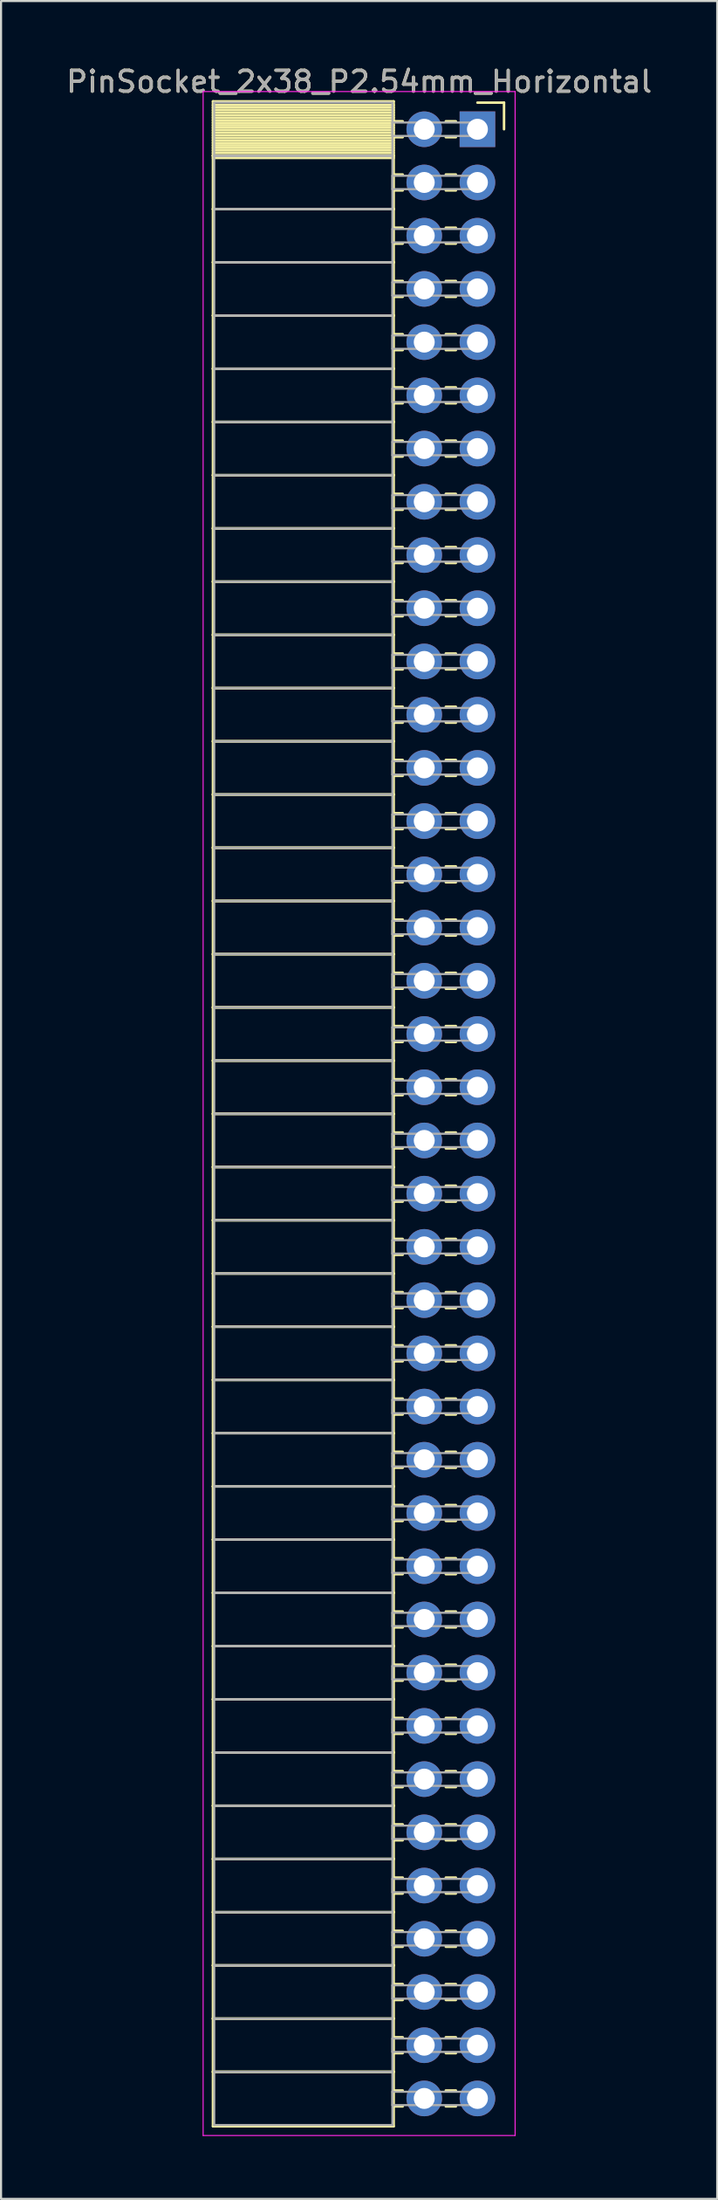
<source format=kicad_pcb>
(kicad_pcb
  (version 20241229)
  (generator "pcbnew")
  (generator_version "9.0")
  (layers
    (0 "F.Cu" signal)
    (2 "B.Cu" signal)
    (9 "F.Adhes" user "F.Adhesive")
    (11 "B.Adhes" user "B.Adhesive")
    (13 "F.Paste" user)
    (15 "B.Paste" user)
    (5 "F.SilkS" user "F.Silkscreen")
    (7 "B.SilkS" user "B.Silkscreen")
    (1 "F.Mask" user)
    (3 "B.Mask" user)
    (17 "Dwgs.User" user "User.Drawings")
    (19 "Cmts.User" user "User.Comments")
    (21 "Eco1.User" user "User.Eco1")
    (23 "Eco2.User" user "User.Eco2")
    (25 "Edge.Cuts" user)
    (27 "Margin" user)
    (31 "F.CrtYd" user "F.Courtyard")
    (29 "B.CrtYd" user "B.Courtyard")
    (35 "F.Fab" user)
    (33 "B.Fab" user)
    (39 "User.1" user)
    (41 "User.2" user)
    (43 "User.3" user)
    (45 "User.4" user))
  (footprint "PinSocket_2x38_P2.54mm_Horizontal"
    (layer "F.Cu")
    (at 19.751 3.118)
    (property "Reference" "PinSocket_2x38_P2.54mm_Horizontal" (at -5.65 -2.27 0) (layer "F.SilkS") (effects (font (size 1 1) (thickness 0.15))))
    (attr through_hole)
    (fp_line (start -12.63 -1.33) (end -4 -1.33) (stroke (width 0.12) (type solid)) (layer "F.SilkS"))
    (fp_line (start -12.63 1.27) (end -12.63 -1.33) (stroke (width 0.12) (type solid)) (layer "F.SilkS"))
    (fp_line (start -12.63 1.27) (end -4 1.27) (stroke (width 0.12) (type solid)) (layer "F.SilkS"))
    (fp_line (start -12.63 3.81) (end -12.63 1.27) (stroke (width 0.12) (type solid)) (layer "F.SilkS"))
    (fp_line (start -12.63 3.81) (end -4 3.81) (stroke (width 0.12) (type solid)) (layer "F.SilkS"))
    (fp_line (start -12.63 6.35) (end -12.63 3.81) (stroke (width 0.12) (type solid)) (layer "F.SilkS"))
    (fp_line (start -12.63 6.35) (end -4 6.35) (stroke (width 0.12) (type solid)) (layer "F.SilkS"))
    (fp_line (start -12.63 8.89) (end -12.63 6.35) (stroke (width 0.12) (type solid)) (layer "F.SilkS"))
    (fp_line (start -12.63 8.89) (end -4 8.89) (stroke (width 0.12) (type solid)) (layer "F.SilkS"))
    (fp_line (start -12.63 11.43) (end -12.63 8.89) (stroke (width 0.12) (type solid)) (layer "F.SilkS"))
    (fp_line (start -12.63 11.43) (end -4 11.43) (stroke (width 0.12) (type solid)) (layer "F.SilkS"))
    (fp_line (start -12.63 13.97) (end -12.63 11.43) (stroke (width 0.12) (type solid)) (layer "F.SilkS"))
    (fp_line (start -12.63 13.97) (end -4 13.97) (stroke (width 0.12) (type solid)) (layer "F.SilkS"))
    (fp_line (start -12.63 16.51) (end -12.63 13.97) (stroke (width 0.12) (type solid)) (layer "F.SilkS"))
    (fp_line (start -12.63 16.51) (end -4 16.51) (stroke (width 0.12) (type solid)) (layer "F.SilkS"))
    (fp_line (start -12.63 19.05) (end -12.63 16.51) (stroke (width 0.12) (type solid)) (layer "F.SilkS"))
    (fp_line (start -12.63 19.05) (end -4 19.05) (stroke (width 0.12) (type solid)) (layer "F.SilkS"))
    (fp_line (start -12.63 21.59) (end -12.63 19.05) (stroke (width 0.12) (type solid)) (layer "F.SilkS"))
    (fp_line (start -12.63 21.59) (end -4 21.59) (stroke (width 0.12) (type solid)) (layer "F.SilkS"))
    (fp_line (start -12.63 24.13) (end -12.63 21.59) (stroke (width 0.12) (type solid)) (layer "F.SilkS"))
    (fp_line (start -12.63 24.13) (end -4 24.13) (stroke (width 0.12) (type solid)) (layer "F.SilkS"))
    (fp_line (start -12.63 26.67) (end -12.63 24.13) (stroke (width 0.12) (type solid)) (layer "F.SilkS"))
    (fp_line (start -12.63 26.67) (end -4 26.67) (stroke (width 0.12) (type solid)) (layer "F.SilkS"))
    (fp_line (start -12.63 29.21) (end -12.63 26.67) (stroke (width 0.12) (type solid)) (layer "F.SilkS"))
    (fp_line (start -12.63 29.21) (end -4 29.21) (stroke (width 0.12) (type solid)) (layer "F.SilkS"))
    (fp_line (start -12.63 31.75) (end -12.63 29.21) (stroke (width 0.12) (type solid)) (layer "F.SilkS"))
    (fp_line (start -12.63 31.75) (end -4 31.75) (stroke (width 0.12) (type solid)) (layer "F.SilkS"))
    (fp_line (start -12.63 34.29) (end -12.63 31.75) (stroke (width 0.12) (type solid)) (layer "F.SilkS"))
    (fp_line (start -12.63 34.29) (end -4 34.29) (stroke (width 0.12) (type solid)) (layer "F.SilkS"))
    (fp_line (start -12.63 36.83) (end -12.63 34.29) (stroke (width 0.12) (type solid)) (layer "F.SilkS"))
    (fp_line (start -12.63 36.83) (end -4 36.83) (stroke (width 0.12) (type solid)) (layer "F.SilkS"))
    (fp_line (start -12.63 39.37) (end -12.63 36.83) (stroke (width 0.12) (type solid)) (layer "F.SilkS"))
    (fp_line (start -12.63 39.37) (end -4 39.37) (stroke (width 0.12) (type solid)) (layer "F.SilkS"))
    (fp_line (start -12.63 41.91) (end -12.63 39.37) (stroke (width 0.12) (type solid)) (layer "F.SilkS"))
    (fp_line (start -12.63 41.91) (end -4 41.91) (stroke (width 0.12) (type solid)) (layer "F.SilkS"))
    (fp_line (start -12.63 44.45) (end -12.63 41.91) (stroke (width 0.12) (type solid)) (layer "F.SilkS"))
    (fp_line (start -12.63 44.45) (end -4 44.45) (stroke (width 0.12) (type solid)) (layer "F.SilkS"))
    (fp_line (start -12.63 46.99) (end -12.63 44.45) (stroke (width 0.12) (type solid)) (layer "F.SilkS"))
    (fp_line (start -12.63 46.99) (end -4 46.99) (stroke (width 0.12) (type solid)) (layer "F.SilkS"))
    (fp_line (start -12.63 49.53) (end -12.63 46.99) (stroke (width 0.12) (type solid)) (layer "F.SilkS"))
    (fp_line (start -12.63 49.53) (end -4 49.53) (stroke (width 0.12) (type solid)) (layer "F.SilkS"))
    (fp_line (start -12.63 52.07) (end -12.63 49.53) (stroke (width 0.12) (type solid)) (layer "F.SilkS"))
    (fp_line (start -12.63 52.07) (end -4 52.07) (stroke (width 0.12) (type solid)) (layer "F.SilkS"))
    (fp_line (start -12.63 54.61) (end -12.63 52.07) (stroke (width 0.12) (type solid)) (layer "F.SilkS"))
    (fp_line (start -12.63 54.61) (end -4 54.61) (stroke (width 0.12) (type solid)) (layer "F.SilkS"))
    (fp_line (start -12.63 57.15) (end -12.63 54.61) (stroke (width 0.12) (type solid)) (layer "F.SilkS"))
    (fp_line (start -12.63 57.15) (end -4 57.15) (stroke (width 0.12) (type solid)) (layer "F.SilkS"))
    (fp_line (start -12.63 59.69) (end -12.63 57.15) (stroke (width 0.12) (type solid)) (layer "F.SilkS"))
    (fp_line (start -12.63 59.69) (end -4 59.69) (stroke (width 0.12) (type solid)) (layer "F.SilkS"))
    (fp_line (start -12.63 62.23) (end -12.63 59.69) (stroke (width 0.12) (type solid)) (layer "F.SilkS"))
    (fp_line (start -12.63 62.23) (end -4 62.23) (stroke (width 0.12) (type solid)) (layer "F.SilkS"))
    (fp_line (start -12.63 64.77) (end -12.63 62.23) (stroke (width 0.12) (type solid)) (layer "F.SilkS"))
    (fp_line (start -12.63 64.77) (end -4 64.77) (stroke (width 0.12) (type solid)) (layer "F.SilkS"))
    (fp_line (start -12.63 67.31) (end -12.63 64.77) (stroke (width 0.12) (type solid)) (layer "F.SilkS"))
    (fp_line (start -12.63 67.31) (end -4 67.31) (stroke (width 0.12) (type solid)) (layer "F.SilkS"))
    (fp_line (start -12.63 69.85) (end -12.63 67.31) (stroke (width 0.12) (type solid)) (layer "F.SilkS"))
    (fp_line (start -12.63 69.85) (end -4 69.85) (stroke (width 0.12) (type solid)) (layer "F.SilkS"))
    (fp_line (start -12.63 72.39) (end -12.63 69.85) (stroke (width 0.12) (type solid)) (layer "F.SilkS"))
    (fp_line (start -12.63 72.39) (end -4 72.39) (stroke (width 0.12) (type solid)) (layer "F.SilkS"))
    (fp_line (start -12.63 74.93) (end -12.63 72.39) (stroke (width 0.12) (type solid)) (layer "F.SilkS"))
    (fp_line (start -12.63 74.93) (end -4 74.93) (stroke (width 0.12) (type solid)) (layer "F.SilkS"))
    (fp_line (start -12.63 77.47) (end -12.63 74.93) (stroke (width 0.12) (type solid)) (layer "F.SilkS"))
    (fp_line (start -12.63 77.47) (end -4 77.47) (stroke (width 0.12) (type solid)) (layer "F.SilkS"))
    (fp_line (start -12.63 80.01) (end -12.63 77.47) (stroke (width 0.12) (type solid)) (layer "F.SilkS"))
    (fp_line (start -12.63 80.01) (end -4 80.01) (stroke (width 0.12) (type solid)) (layer "F.SilkS"))
    (fp_line (start -12.63 82.55) (end -12.63 80.01) (stroke (width 0.12) (type solid)) (layer "F.SilkS"))
    (fp_line (start -12.63 82.55) (end -4 82.55) (stroke (width 0.12) (type solid)) (layer "F.SilkS"))
    (fp_line (start -12.63 85.09) (end -12.63 82.55) (stroke (width 0.12) (type solid)) (layer "F.SilkS"))
    (fp_line (start -12.63 85.09) (end -4 85.09) (stroke (width 0.12) (type solid)) (layer "F.SilkS"))
    (fp_line (start -12.63 87.63) (end -12.63 85.09) (stroke (width 0.12) (type solid)) (layer "F.SilkS"))
    (fp_line (start -12.63 87.63) (end -4 87.63) (stroke (width 0.12) (type solid)) (layer "F.SilkS"))
    (fp_line (start -12.63 90.17) (end -12.63 87.63) (stroke (width 0.12) (type solid)) (layer "F.SilkS"))
    (fp_line (start -12.63 90.17) (end -4 90.17) (stroke (width 0.12) (type solid)) (layer "F.SilkS"))
    (fp_line (start -12.63 92.71) (end -12.63 90.17) (stroke (width 0.12) (type solid)) (layer "F.SilkS"))
    (fp_line (start -12.63 92.71) (end -4 92.71) (stroke (width 0.12) (type solid)) (layer "F.SilkS"))
    (fp_line (start -12.63 95.31) (end -12.63 92.71) (stroke (width 0.12) (type solid)) (layer "F.SilkS"))
    (fp_line (start -4 -1.33) (end -4 1.27) (stroke (width 0.12) (type solid)) (layer "F.SilkS"))
    (fp_line (start -4 -1.15) (end -12.63 -1.15) (stroke (width 0.12) (type solid)) (layer "F.SilkS"))
    (fp_line (start -4 -1.03) (end -12.63 -1.03) (stroke (width 0.12) (type solid)) (layer "F.SilkS"))
    (fp_line (start -4 -0.91) (end -12.63 -0.91) (stroke (width 0.12) (type solid)) (layer "F.SilkS"))
    (fp_line (start -4 -0.79) (end -12.63 -0.79) (stroke (width 0.12) (type solid)) (layer "F.SilkS"))
    (fp_line (start -4 -0.67) (end -12.63 -0.67) (stroke (width 0.12) (type solid)) (layer "F.SilkS"))
    (fp_line (start -4 -0.55) (end -12.63 -0.55) (stroke (width 0.12) (type solid)) (layer "F.SilkS"))
    (fp_line (start -4 -0.43) (end -12.63 -0.43) (stroke (width 0.12) (type solid)) (layer "F.SilkS"))
    (fp_line (start -4 -0.31) (end -12.63 -0.31) (stroke (width 0.12) (type solid)) (layer "F.SilkS"))
    (fp_line (start -4 -0.19) (end -12.63 -0.19) (stroke (width 0.12) (type solid)) (layer "F.SilkS"))
    (fp_line (start -4 -0.07) (end -12.63 -0.07) (stroke (width 0.12) (type solid)) (layer "F.SilkS"))
    (fp_line (start -4 0.05) (end -12.63 0.05) (stroke (width 0.12) (type solid)) (layer "F.SilkS"))
    (fp_line (start -4 0.17) (end -12.63 0.17) (stroke (width 0.12) (type solid)) (layer "F.SilkS"))
    (fp_line (start -4 0.29) (end -12.63 0.29) (stroke (width 0.12) (type solid)) (layer "F.SilkS"))
    (fp_line (start -4 0.41) (end -12.63 0.41) (stroke (width 0.12) (type solid)) (layer "F.SilkS"))
    (fp_line (start -4 0.53) (end -12.63 0.53) (stroke (width 0.12) (type solid)) (layer "F.SilkS"))
    (fp_line (start -4 0.65) (end -12.63 0.65) (stroke (width 0.12) (type solid)) (layer "F.SilkS"))
    (fp_line (start -4 0.77) (end -12.63 0.77) (stroke (width 0.12) (type solid)) (layer "F.SilkS"))
    (fp_line (start -4 0.89) (end -12.63 0.89) (stroke (width 0.12) (type solid)) (layer "F.SilkS"))
    (fp_line (start -4 1.01) (end -12.63 1.01) (stroke (width 0.12) (type solid)) (layer "F.SilkS"))
    (fp_line (start -4 1.13) (end -12.63 1.13) (stroke (width 0.12) (type solid)) (layer "F.SilkS"))
    (fp_line (start -4 1.25) (end -12.63 1.25) (stroke (width 0.12) (type solid)) (layer "F.SilkS"))
    (fp_line (start -4 1.27) (end -12.63 1.27) (stroke (width 0.12) (type solid)) (layer "F.SilkS"))
    (fp_line (start -4 1.27) (end -4 3.81) (stroke (width 0.12) (type solid)) (layer "F.SilkS"))
    (fp_line (start -4 1.37) (end -12.63 1.37) (stroke (width 0.12) (type solid)) (layer "F.SilkS"))
    (fp_line (start -4 3.81) (end -12.63 3.81) (stroke (width 0.12) (type solid)) (layer "F.SilkS"))
    (fp_line (start -4 3.81) (end -4 6.35) (stroke (width 0.12) (type solid)) (layer "F.SilkS"))
    (fp_line (start -4 6.35) (end -12.63 6.35) (stroke (width 0.12) (type solid)) (layer "F.SilkS"))
    (fp_line (start -4 6.35) (end -4 8.89) (stroke (width 0.12) (type solid)) (layer "F.SilkS"))
    (fp_line (start -4 8.89) (end -12.63 8.89) (stroke (width 0.12) (type solid)) (layer "F.SilkS"))
    (fp_line (start -4 8.89) (end -4 11.43) (stroke (width 0.12) (type solid)) (layer "F.SilkS"))
    (fp_line (start -4 11.43) (end -12.63 11.43) (stroke (width 0.12) (type solid)) (layer "F.SilkS"))
    (fp_line (start -4 11.43) (end -4 13.97) (stroke (width 0.12) (type solid)) (layer "F.SilkS"))
    (fp_line (start -4 13.97) (end -12.63 13.97) (stroke (width 0.12) (type solid)) (layer "F.SilkS"))
    (fp_line (start -4 13.97) (end -4 16.51) (stroke (width 0.12) (type solid)) (layer "F.SilkS"))
    (fp_line (start -4 16.51) (end -12.63 16.51) (stroke (width 0.12) (type solid)) (layer "F.SilkS"))
    (fp_line (start -4 16.51) (end -4 19.05) (stroke (width 0.12) (type solid)) (layer "F.SilkS"))
    (fp_line (start -4 19.05) (end -12.63 19.05) (stroke (width 0.12) (type solid)) (layer "F.SilkS"))
    (fp_line (start -4 19.05) (end -4 21.59) (stroke (width 0.12) (type solid)) (layer "F.SilkS"))
    (fp_line (start -4 21.59) (end -12.63 21.59) (stroke (width 0.12) (type solid)) (layer "F.SilkS"))
    (fp_line (start -4 21.59) (end -4 24.13) (stroke (width 0.12) (type solid)) (layer "F.SilkS"))
    (fp_line (start -4 24.13) (end -12.63 24.13) (stroke (width 0.12) (type solid)) (layer "F.SilkS"))
    (fp_line (start -4 24.13) (end -4 26.67) (stroke (width 0.12) (type solid)) (layer "F.SilkS"))
    (fp_line (start -4 26.67) (end -12.63 26.67) (stroke (width 0.12) (type solid)) (layer "F.SilkS"))
    (fp_line (start -4 26.67) (end -4 29.21) (stroke (width 0.12) (type solid)) (layer "F.SilkS"))
    (fp_line (start -4 29.21) (end -12.63 29.21) (stroke (width 0.12) (type solid)) (layer "F.SilkS"))
    (fp_line (start -4 29.21) (end -4 31.75) (stroke (width 0.12) (type solid)) (layer "F.SilkS"))
    (fp_line (start -4 31.75) (end -12.63 31.75) (stroke (width 0.12) (type solid)) (layer "F.SilkS"))
    (fp_line (start -4 31.75) (end -4 34.29) (stroke (width 0.12) (type solid)) (layer "F.SilkS"))
    (fp_line (start -4 34.29) (end -12.63 34.29) (stroke (width 0.12) (type solid)) (layer "F.SilkS"))
    (fp_line (start -4 34.29) (end -4 36.83) (stroke (width 0.12) (type solid)) (layer "F.SilkS"))
    (fp_line (start -4 36.83) (end -12.63 36.83) (stroke (width 0.12) (type solid)) (layer "F.SilkS"))
    (fp_line (start -4 36.83) (end -4 39.37) (stroke (width 0.12) (type solid)) (layer "F.SilkS"))
    (fp_line (start -4 39.37) (end -12.63 39.37) (stroke (width 0.12) (type solid)) (layer "F.SilkS"))
    (fp_line (start -4 39.37) (end -4 41.91) (stroke (width 0.12) (type solid)) (layer "F.SilkS"))
    (fp_line (start -4 41.91) (end -12.63 41.91) (stroke (width 0.12) (type solid)) (layer "F.SilkS"))
    (fp_line (start -4 41.91) (end -4 44.45) (stroke (width 0.12) (type solid)) (layer "F.SilkS"))
    (fp_line (start -4 44.45) (end -12.63 44.45) (stroke (width 0.12) (type solid)) (layer "F.SilkS"))
    (fp_line (start -4 44.45) (end -4 46.99) (stroke (width 0.12) (type solid)) (layer "F.SilkS"))
    (fp_line (start -4 46.99) (end -12.63 46.99) (stroke (width 0.12) (type solid)) (layer "F.SilkS"))
    (fp_line (start -4 46.99) (end -4 49.53) (stroke (width 0.12) (type solid)) (layer "F.SilkS"))
    (fp_line (start -4 49.53) (end -12.63 49.53) (stroke (width 0.12) (type solid)) (layer "F.SilkS"))
    (fp_line (start -4 49.53) (end -4 52.07) (stroke (width 0.12) (type solid)) (layer "F.SilkS"))
    (fp_line (start -4 52.07) (end -12.63 52.07) (stroke (width 0.12) (type solid)) (layer "F.SilkS"))
    (fp_line (start -4 52.07) (end -4 54.61) (stroke (width 0.12) (type solid)) (layer "F.SilkS"))
    (fp_line (start -4 54.61) (end -12.63 54.61) (stroke (width 0.12) (type solid)) (layer "F.SilkS"))
    (fp_line (start -4 54.61) (end -4 57.15) (stroke (width 0.12) (type solid)) (layer "F.SilkS"))
    (fp_line (start -4 57.15) (end -12.63 57.15) (stroke (width 0.12) (type solid)) (layer "F.SilkS"))
    (fp_line (start -4 57.15) (end -4 59.69) (stroke (width 0.12) (type solid)) (layer "F.SilkS"))
    (fp_line (start -4 59.69) (end -12.63 59.69) (stroke (width 0.12) (type solid)) (layer "F.SilkS"))
    (fp_line (start -4 59.69) (end -4 62.23) (stroke (width 0.12) (type solid)) (layer "F.SilkS"))
    (fp_line (start -4 62.23) (end -12.63 62.23) (stroke (width 0.12) (type solid)) (layer "F.SilkS"))
    (fp_line (start -4 62.23) (end -4 64.77) (stroke (width 0.12) (type solid)) (layer "F.SilkS"))
    (fp_line (start -4 64.77) (end -12.63 64.77) (stroke (width 0.12) (type solid)) (layer "F.SilkS"))
    (fp_line (start -4 64.77) (end -4 67.31) (stroke (width 0.12) (type solid)) (layer "F.SilkS"))
    (fp_line (start -4 67.31) (end -12.63 67.31) (stroke (width 0.12) (type solid)) (layer "F.SilkS"))
    (fp_line (start -4 67.31) (end -4 69.85) (stroke (width 0.12) (type solid)) (layer "F.SilkS"))
    (fp_line (start -4 69.85) (end -12.63 69.85) (stroke (width 0.12) (type solid)) (layer "F.SilkS"))
    (fp_line (start -4 69.85) (end -4 72.39) (stroke (width 0.12) (type solid)) (layer "F.SilkS"))
    (fp_line (start -4 72.39) (end -12.63 72.39) (stroke (width 0.12) (type solid)) (layer "F.SilkS"))
    (fp_line (start -4 72.39) (end -4 74.93) (stroke (width 0.12) (type solid)) (layer "F.SilkS"))
    (fp_line (start -4 74.93) (end -12.63 74.93) (stroke (width 0.12) (type solid)) (layer "F.SilkS"))
    (fp_line (start -4 74.93) (end -4 77.47) (stroke (width 0.12) (type solid)) (layer "F.SilkS"))
    (fp_line (start -4 77.47) (end -12.63 77.47) (stroke (width 0.12) (type solid)) (layer "F.SilkS"))
    (fp_line (start -4 77.47) (end -4 80.01) (stroke (width 0.12) (type solid)) (layer "F.SilkS"))
    (fp_line (start -4 80.01) (end -12.63 80.01) (stroke (width 0.12) (type solid)) (layer "F.SilkS"))
    (fp_line (start -4 80.01) (end -4 82.55) (stroke (width 0.12) (type solid)) (layer "F.SilkS"))
    (fp_line (start -4 82.55) (end -12.63 82.55) (stroke (width 0.12) (type solid)) (layer "F.SilkS"))
    (fp_line (start -4 82.55) (end -4 85.09) (stroke (width 0.12) (type solid)) (layer "F.SilkS"))
    (fp_line (start -4 85.09) (end -12.63 85.09) (stroke (width 0.12) (type solid)) (layer "F.SilkS"))
    (fp_line (start -4 85.09) (end -4 87.63) (stroke (width 0.12) (type solid)) (layer "F.SilkS"))
    (fp_line (start -4 87.63) (end -12.63 87.63) (stroke (width 0.12) (type solid)) (layer "F.SilkS"))
    (fp_line (start -4 87.63) (end -4 90.17) (stroke (width 0.12) (type solid)) (layer "F.SilkS"))
    (fp_line (start -4 90.17) (end -12.63 90.17) (stroke (width 0.12) (type solid)) (layer "F.SilkS"))
    (fp_line (start -4 90.17) (end -4 92.71) (stroke (width 0.12) (type solid)) (layer "F.SilkS"))
    (fp_line (start -4 92.71) (end -12.63 92.71) (stroke (width 0.12) (type solid)) (layer "F.SilkS"))
    (fp_line (start -4 92.71) (end -4 95.31) (stroke (width 0.12) (type solid)) (layer "F.SilkS"))
    (fp_line (start -4 95.31) (end -12.63 95.31) (stroke (width 0.12) (type solid)) (layer "F.SilkS"))
    (fp_line (start -3.57 -0.38) (end -4 -0.38) (stroke (width 0.12) (type solid)) (layer "F.SilkS"))
    (fp_line (start -3.57 0.38) (end -4 0.38) (stroke (width 0.12) (type solid)) (layer "F.SilkS"))
    (fp_line (start -3.57 2.16) (end -4 2.16) (stroke (width 0.12) (type solid)) (layer "F.SilkS"))
    (fp_line (start -3.57 2.92) (end -4 2.92) (stroke (width 0.12) (type solid)) (layer "F.SilkS"))
    (fp_line (start -3.57 4.7) (end -4 4.7) (stroke (width 0.12) (type solid)) (layer "F.SilkS"))
    (fp_line (start -3.57 5.46) (end -4 5.46) (stroke (width 0.12) (type solid)) (layer "F.SilkS"))
    (fp_line (start -3.57 7.24) (end -4 7.24) (stroke (width 0.12) (type solid)) (layer "F.SilkS"))
    (fp_line (start -3.57 8) (end -4 8) (stroke (width 0.12) (type solid)) (layer "F.SilkS"))
    (fp_line (start -3.57 9.78) (end -4 9.78) (stroke (width 0.12) (type solid)) (layer "F.SilkS"))
    (fp_line (start -3.57 10.54) (end -4 10.54) (stroke (width 0.12) (type solid)) (layer "F.SilkS"))
    (fp_line (start -3.57 12.32) (end -4 12.32) (stroke (width 0.12) (type solid)) (layer "F.SilkS"))
    (fp_line (start -3.57 13.08) (end -4 13.08) (stroke (width 0.12) (type solid)) (layer "F.SilkS"))
    (fp_line (start -3.57 14.86) (end -4 14.86) (stroke (width 0.12) (type solid)) (layer "F.SilkS"))
    (fp_line (start -3.57 15.62) (end -4 15.62) (stroke (width 0.12) (type solid)) (layer "F.SilkS"))
    (fp_line (start -3.57 17.4) (end -4 17.4) (stroke (width 0.12) (type solid)) (layer "F.SilkS"))
    (fp_line (start -3.57 18.16) (end -4 18.16) (stroke (width 0.12) (type solid)) (layer "F.SilkS"))
    (fp_line (start -3.57 19.94) (end -4 19.94) (stroke (width 0.12) (type solid)) (layer "F.SilkS"))
    (fp_line (start -3.57 20.7) (end -4 20.7) (stroke (width 0.12) (type solid)) (layer "F.SilkS"))
    (fp_line (start -3.57 22.48) (end -4 22.48) (stroke (width 0.12) (type solid)) (layer "F.SilkS"))
    (fp_line (start -3.57 23.24) (end -4 23.24) (stroke (width 0.12) (type solid)) (layer "F.SilkS"))
    (fp_line (start -3.57 25.02) (end -4 25.02) (stroke (width 0.12) (type solid)) (layer "F.SilkS"))
    (fp_line (start -3.57 25.78) (end -4 25.78) (stroke (width 0.12) (type solid)) (layer "F.SilkS"))
    (fp_line (start -3.57 27.56) (end -4 27.56) (stroke (width 0.12) (type solid)) (layer "F.SilkS"))
    (fp_line (start -3.57 28.32) (end -4 28.32) (stroke (width 0.12) (type solid)) (layer "F.SilkS"))
    (fp_line (start -3.57 30.1) (end -4 30.1) (stroke (width 0.12) (type solid)) (layer "F.SilkS"))
    (fp_line (start -3.57 30.86) (end -4 30.86) (stroke (width 0.12) (type solid)) (layer "F.SilkS"))
    (fp_line (start -3.57 32.64) (end -4 32.64) (stroke (width 0.12) (type solid)) (layer "F.SilkS"))
    (fp_line (start -3.57 33.4) (end -4 33.4) (stroke (width 0.12) (type solid)) (layer "F.SilkS"))
    (fp_line (start -3.57 35.18) (end -4 35.18) (stroke (width 0.12) (type solid)) (layer "F.SilkS"))
    (fp_line (start -3.57 35.94) (end -4 35.94) (stroke (width 0.12) (type solid)) (layer "F.SilkS"))
    (fp_line (start -3.57 37.72) (end -4 37.72) (stroke (width 0.12) (type solid)) (layer "F.SilkS"))
    (fp_line (start -3.57 38.48) (end -4 38.48) (stroke (width 0.12) (type solid)) (layer "F.SilkS"))
    (fp_line (start -3.57 40.26) (end -4 40.26) (stroke (width 0.12) (type solid)) (layer "F.SilkS"))
    (fp_line (start -3.57 41.02) (end -4 41.02) (stroke (width 0.12) (type solid)) (layer "F.SilkS"))
    (fp_line (start -3.57 42.8) (end -4 42.8) (stroke (width 0.12) (type solid)) (layer "F.SilkS"))
    (fp_line (start -3.57 43.56) (end -4 43.56) (stroke (width 0.12) (type solid)) (layer "F.SilkS"))
    (fp_line (start -3.57 45.34) (end -4 45.34) (stroke (width 0.12) (type solid)) (layer "F.SilkS"))
    (fp_line (start -3.57 46.1) (end -4 46.1) (stroke (width 0.12) (type solid)) (layer "F.SilkS"))
    (fp_line (start -3.57 47.88) (end -4 47.88) (stroke (width 0.12) (type solid)) (layer "F.SilkS"))
    (fp_line (start -3.57 48.64) (end -4 48.64) (stroke (width 0.12) (type solid)) (layer "F.SilkS"))
    (fp_line (start -3.57 50.42) (end -4 50.42) (stroke (width 0.12) (type solid)) (layer "F.SilkS"))
    (fp_line (start -3.57 51.18) (end -4 51.18) (stroke (width 0.12) (type solid)) (layer "F.SilkS"))
    (fp_line (start -3.57 52.96) (end -4 52.96) (stroke (width 0.12) (type solid)) (layer "F.SilkS"))
    (fp_line (start -3.57 53.72) (end -4 53.72) (stroke (width 0.12) (type solid)) (layer "F.SilkS"))
    (fp_line (start -3.57 55.5) (end -4 55.5) (stroke (width 0.12) (type solid)) (layer "F.SilkS"))
    (fp_line (start -3.57 56.26) (end -4 56.26) (stroke (width 0.12) (type solid)) (layer "F.SilkS"))
    (fp_line (start -3.57 58.04) (end -4 58.04) (stroke (width 0.12) (type solid)) (layer "F.SilkS"))
    (fp_line (start -3.57 58.8) (end -4 58.8) (stroke (width 0.12) (type solid)) (layer "F.SilkS"))
    (fp_line (start -3.57 60.58) (end -4 60.58) (stroke (width 0.12) (type solid)) (layer "F.SilkS"))
    (fp_line (start -3.57 61.34) (end -4 61.34) (stroke (width 0.12) (type solid)) (layer "F.SilkS"))
    (fp_line (start -3.57 63.12) (end -4 63.12) (stroke (width 0.12) (type solid)) (layer "F.SilkS"))
    (fp_line (start -3.57 63.88) (end -4 63.88) (stroke (width 0.12) (type solid)) (layer "F.SilkS"))
    (fp_line (start -3.57 65.66) (end -4 65.66) (stroke (width 0.12) (type solid)) (layer "F.SilkS"))
    (fp_line (start -3.57 66.42) (end -4 66.42) (stroke (width 0.12) (type solid)) (layer "F.SilkS"))
    (fp_line (start -3.57 68.2) (end -4 68.2) (stroke (width 0.12) (type solid)) (layer "F.SilkS"))
    (fp_line (start -3.57 68.96) (end -4 68.96) (stroke (width 0.12) (type solid)) (layer "F.SilkS"))
    (fp_line (start -3.57 70.74) (end -4 70.74) (stroke (width 0.12) (type solid)) (layer "F.SilkS"))
    (fp_line (start -3.57 71.5) (end -4 71.5) (stroke (width 0.12) (type solid)) (layer "F.SilkS"))
    (fp_line (start -3.57 73.28) (end -4 73.28) (stroke (width 0.12) (type solid)) (layer "F.SilkS"))
    (fp_line (start -3.57 74.04) (end -4 74.04) (stroke (width 0.12) (type solid)) (layer "F.SilkS"))
    (fp_line (start -3.57 75.82) (end -4 75.82) (stroke (width 0.12) (type solid)) (layer "F.SilkS"))
    (fp_line (start -3.57 76.58) (end -4 76.58) (stroke (width 0.12) (type solid)) (layer "F.SilkS"))
    (fp_line (start -3.57 78.36) (end -4 78.36) (stroke (width 0.12) (type solid)) (layer "F.SilkS"))
    (fp_line (start -3.57 79.12) (end -4 79.12) (stroke (width 0.12) (type solid)) (layer "F.SilkS"))
    (fp_line (start -3.57 80.9) (end -4 80.9) (stroke (width 0.12) (type solid)) (layer "F.SilkS"))
    (fp_line (start -3.57 81.66) (end -4 81.66) (stroke (width 0.12) (type solid)) (layer "F.SilkS"))
    (fp_line (start -3.57 83.44) (end -4 83.44) (stroke (width 0.12) (type solid)) (layer "F.SilkS"))
    (fp_line (start -3.57 84.2) (end -4 84.2) (stroke (width 0.12) (type solid)) (layer "F.SilkS"))
    (fp_line (start -3.57 85.98) (end -4 85.98) (stroke (width 0.12) (type solid)) (layer "F.SilkS"))
    (fp_line (start -3.57 86.74) (end -4 86.74) (stroke (width 0.12) (type solid)) (layer "F.SilkS"))
    (fp_line (start -3.57 88.52) (end -4 88.52) (stroke (width 0.12) (type solid)) (layer "F.SilkS"))
    (fp_line (start -3.57 89.28) (end -4 89.28) (stroke (width 0.12) (type solid)) (layer "F.SilkS"))
    (fp_line (start -3.57 91.06) (end -4 91.06) (stroke (width 0.12) (type solid)) (layer "F.SilkS"))
    (fp_line (start -3.57 91.82) (end -4 91.82) (stroke (width 0.12) (type solid)) (layer "F.SilkS"))
    (fp_line (start -3.57 93.6) (end -4 93.6) (stroke (width 0.12) (type solid)) (layer "F.SilkS"))
    (fp_line (start -3.57 94.36) (end -4 94.36) (stroke (width 0.12) (type solid)) (layer "F.SilkS"))
    (fp_line (start -1.03 -0.38) (end -1.51 -0.38) (stroke (width 0.12) (type solid)) (layer "F.SilkS"))
    (fp_line (start -1.03 0.38) (end -1.51 0.38) (stroke (width 0.12) (type solid)) (layer "F.SilkS"))
    (fp_line (start -1.03 2.16) (end -1.51 2.16) (stroke (width 0.12) (type solid)) (layer "F.SilkS"))
    (fp_line (start -1.03 2.92) (end -1.51 2.92) (stroke (width 0.12) (type solid)) (layer "F.SilkS"))
    (fp_line (start -1.03 4.7) (end -1.51 4.7) (stroke (width 0.12) (type solid)) (layer "F.SilkS"))
    (fp_line (start -1.03 5.46) (end -1.51 5.46) (stroke (width 0.12) (type solid)) (layer "F.SilkS"))
    (fp_line (start -1.03 7.24) (end -1.51 7.24) (stroke (width 0.12) (type solid)) (layer "F.SilkS"))
    (fp_line (start -1.03 8) (end -1.51 8) (stroke (width 0.12) (type solid)) (layer "F.SilkS"))
    (fp_line (start -1.03 9.78) (end -1.51 9.78) (stroke (width 0.12) (type solid)) (layer "F.SilkS"))
    (fp_line (start -1.03 10.54) (end -1.51 10.54) (stroke (width 0.12) (type solid)) (layer "F.SilkS"))
    (fp_line (start -1.03 12.32) (end -1.51 12.32) (stroke (width 0.12) (type solid)) (layer "F.SilkS"))
    (fp_line (start -1.03 13.08) (end -1.51 13.08) (stroke (width 0.12) (type solid)) (layer "F.SilkS"))
    (fp_line (start -1.03 14.86) (end -1.51 14.86) (stroke (width 0.12) (type solid)) (layer "F.SilkS"))
    (fp_line (start -1.03 15.62) (end -1.51 15.62) (stroke (width 0.12) (type solid)) (layer "F.SilkS"))
    (fp_line (start -1.03 17.4) (end -1.51 17.4) (stroke (width 0.12) (type solid)) (layer "F.SilkS"))
    (fp_line (start -1.03 18.16) (end -1.51 18.16) (stroke (width 0.12) (type solid)) (layer "F.SilkS"))
    (fp_line (start -1.03 19.94) (end -1.51 19.94) (stroke (width 0.12) (type solid)) (layer "F.SilkS"))
    (fp_line (start -1.03 20.7) (end -1.51 20.7) (stroke (width 0.12) (type solid)) (layer "F.SilkS"))
    (fp_line (start -1.03 22.48) (end -1.51 22.48) (stroke (width 0.12) (type solid)) (layer "F.SilkS"))
    (fp_line (start -1.03 23.24) (end -1.51 23.24) (stroke (width 0.12) (type solid)) (layer "F.SilkS"))
    (fp_line (start -1.03 25.02) (end -1.51 25.02) (stroke (width 0.12) (type solid)) (layer "F.SilkS"))
    (fp_line (start -1.03 25.78) (end -1.51 25.78) (stroke (width 0.12) (type solid)) (layer "F.SilkS"))
    (fp_line (start -1.03 27.56) (end -1.51 27.56) (stroke (width 0.12) (type solid)) (layer "F.SilkS"))
    (fp_line (start -1.03 28.32) (end -1.51 28.32) (stroke (width 0.12) (type solid)) (layer "F.SilkS"))
    (fp_line (start -1.03 30.1) (end -1.51 30.1) (stroke (width 0.12) (type solid)) (layer "F.SilkS"))
    (fp_line (start -1.03 30.86) (end -1.51 30.86) (stroke (width 0.12) (type solid)) (layer "F.SilkS"))
    (fp_line (start -1.03 32.64) (end -1.51 32.64) (stroke (width 0.12) (type solid)) (layer "F.SilkS"))
    (fp_line (start -1.03 33.4) (end -1.51 33.4) (stroke (width 0.12) (type solid)) (layer "F.SilkS"))
    (fp_line (start -1.03 35.18) (end -1.51 35.18) (stroke (width 0.12) (type solid)) (layer "F.SilkS"))
    (fp_line (start -1.03 35.94) (end -1.51 35.94) (stroke (width 0.12) (type solid)) (layer "F.SilkS"))
    (fp_line (start -1.03 37.72) (end -1.51 37.72) (stroke (width 0.12) (type solid)) (layer "F.SilkS"))
    (fp_line (start -1.03 38.48) (end -1.51 38.48) (stroke (width 0.12) (type solid)) (layer "F.SilkS"))
    (fp_line (start -1.03 40.26) (end -1.51 40.26) (stroke (width 0.12) (type solid)) (layer "F.SilkS"))
    (fp_line (start -1.03 41.02) (end -1.51 41.02) (stroke (width 0.12) (type solid)) (layer "F.SilkS"))
    (fp_line (start -1.03 42.8) (end -1.51 42.8) (stroke (width 0.12) (type solid)) (layer "F.SilkS"))
    (fp_line (start -1.03 43.56) (end -1.51 43.56) (stroke (width 0.12) (type solid)) (layer "F.SilkS"))
    (fp_line (start -1.03 45.34) (end -1.51 45.34) (stroke (width 0.12) (type solid)) (layer "F.SilkS"))
    (fp_line (start -1.03 46.1) (end -1.51 46.1) (stroke (width 0.12) (type solid)) (layer "F.SilkS"))
    (fp_line (start -1.03 47.88) (end -1.51 47.88) (stroke (width 0.12) (type solid)) (layer "F.SilkS"))
    (fp_line (start -1.03 48.64) (end -1.51 48.64) (stroke (width 0.12) (type solid)) (layer "F.SilkS"))
    (fp_line (start -1.03 50.42) (end -1.51 50.42) (stroke (width 0.12) (type solid)) (layer "F.SilkS"))
    (fp_line (start -1.03 51.18) (end -1.51 51.18) (stroke (width 0.12) (type solid)) (layer "F.SilkS"))
    (fp_line (start -1.03 52.96) (end -1.51 52.96) (stroke (width 0.12) (type solid)) (layer "F.SilkS"))
    (fp_line (start -1.03 53.72) (end -1.51 53.72) (stroke (width 0.12) (type solid)) (layer "F.SilkS"))
    (fp_line (start -1.03 55.5) (end -1.51 55.5) (stroke (width 0.12) (type solid)) (layer "F.SilkS"))
    (fp_line (start -1.03 56.26) (end -1.51 56.26) (stroke (width 0.12) (type solid)) (layer "F.SilkS"))
    (fp_line (start -1.03 58.04) (end -1.51 58.04) (stroke (width 0.12) (type solid)) (layer "F.SilkS"))
    (fp_line (start -1.03 58.8) (end -1.51 58.8) (stroke (width 0.12) (type solid)) (layer "F.SilkS"))
    (fp_line (start -1.03 60.58) (end -1.51 60.58) (stroke (width 0.12) (type solid)) (layer "F.SilkS"))
    (fp_line (start -1.03 61.34) (end -1.51 61.34) (stroke (width 0.12) (type solid)) (layer "F.SilkS"))
    (fp_line (start -1.03 63.12) (end -1.51 63.12) (stroke (width 0.12) (type solid)) (layer "F.SilkS"))
    (fp_line (start -1.03 63.88) (end -1.51 63.88) (stroke (width 0.12) (type solid)) (layer "F.SilkS"))
    (fp_line (start -1.03 65.66) (end -1.51 65.66) (stroke (width 0.12) (type solid)) (layer "F.SilkS"))
    (fp_line (start -1.03 66.42) (end -1.51 66.42) (stroke (width 0.12) (type solid)) (layer "F.SilkS"))
    (fp_line (start -1.03 68.2) (end -1.51 68.2) (stroke (width 0.12) (type solid)) (layer "F.SilkS"))
    (fp_line (start -1.03 68.96) (end -1.51 68.96) (stroke (width 0.12) (type solid)) (layer "F.SilkS"))
    (fp_line (start -1.03 70.74) (end -1.51 70.74) (stroke (width 0.12) (type solid)) (layer "F.SilkS"))
    (fp_line (start -1.03 71.5) (end -1.51 71.5) (stroke (width 0.12) (type solid)) (layer "F.SilkS"))
    (fp_line (start -1.03 73.28) (end -1.51 73.28) (stroke (width 0.12) (type solid)) (layer "F.SilkS"))
    (fp_line (start -1.03 74.04) (end -1.51 74.04) (stroke (width 0.12) (type solid)) (layer "F.SilkS"))
    (fp_line (start -1.03 75.82) (end -1.51 75.82) (stroke (width 0.12) (type solid)) (layer "F.SilkS"))
    (fp_line (start -1.03 76.58) (end -1.51 76.58) (stroke (width 0.12) (type solid)) (layer "F.SilkS"))
    (fp_line (start -1.03 78.36) (end -1.51 78.36) (stroke (width 0.12) (type solid)) (layer "F.SilkS"))
    (fp_line (start -1.03 79.12) (end -1.51 79.12) (stroke (width 0.12) (type solid)) (layer "F.SilkS"))
    (fp_line (start -1.03 80.9) (end -1.51 80.9) (stroke (width 0.12) (type solid)) (layer "F.SilkS"))
    (fp_line (start -1.03 81.66) (end -1.51 81.66) (stroke (width 0.12) (type solid)) (layer "F.SilkS"))
    (fp_line (start -1.03 83.44) (end -1.51 83.44) (stroke (width 0.12) (type solid)) (layer "F.SilkS"))
    (fp_line (start -1.03 84.2) (end -1.51 84.2) (stroke (width 0.12) (type solid)) (layer "F.SilkS"))
    (fp_line (start -1.03 85.98) (end -1.51 85.98) (stroke (width 0.12) (type solid)) (layer "F.SilkS"))
    (fp_line (start -1.03 86.74) (end -1.51 86.74) (stroke (width 0.12) (type solid)) (layer "F.SilkS"))
    (fp_line (start -1.03 88.52) (end -1.51 88.52) (stroke (width 0.12) (type solid)) (layer "F.SilkS"))
    (fp_line (start -1.03 89.28) (end -1.51 89.28) (stroke (width 0.12) (type solid)) (layer "F.SilkS"))
    (fp_line (start -1.03 91.06) (end -1.51 91.06) (stroke (width 0.12) (type solid)) (layer "F.SilkS"))
    (fp_line (start -1.03 91.82) (end -1.51 91.82) (stroke (width 0.12) (type solid)) (layer "F.SilkS"))
    (fp_line (start -1.03 93.6) (end -1.51 93.6) (stroke (width 0.12) (type solid)) (layer "F.SilkS"))
    (fp_line (start -1.03 94.36) (end -1.51 94.36) (stroke (width 0.12) (type solid)) (layer "F.SilkS"))
    (fp_line (start 0 -1.27) (end 1.27 -1.27) (stroke (width 0.12) (type solid)) (layer "F.SilkS"))
    (fp_line (start 1.27 -1.27) (end 1.27 0) (stroke (width 0.12) (type solid)) (layer "F.SilkS"))
    (fp_line (start -13.1 -1.8) (end 1.8 -1.8) (stroke (width 0.05) (type solid)) (layer "F.CrtYd"))
    (fp_line (start -13.1 95.75) (end -13.1 -1.8) (stroke (width 0.05) (type solid)) (layer "F.CrtYd"))
    (fp_line (start 1.8 -1.8) (end 1.8 95.75) (stroke (width 0.05) (type solid)) (layer "F.CrtYd"))
    (fp_line (start 1.8 95.75) (end -13.1 95.75) (stroke (width 0.05) (type solid)) (layer "F.CrtYd"))
    (fp_line (start -12.57 -1.27) (end -4.06 -1.27) (stroke (width 0.1) (type solid)) (layer "F.Fab"))
    (fp_line (start -12.57 1.27) (end -12.57 -1.27) (stroke (width 0.1) (type solid)) (layer "F.Fab"))
    (fp_line (start -12.57 1.27) (end -4.06 1.27) (stroke (width 0.1) (type solid)) (layer "F.Fab"))
    (fp_line (start -12.57 3.81) (end -12.57 1.27) (stroke (width 0.1) (type solid)) (layer "F.Fab"))
    (fp_line (start -12.57 3.81) (end -4.06 3.81) (stroke (width 0.1) (type solid)) (layer "F.Fab"))
    (fp_line (start -12.57 6.35) (end -12.57 3.81) (stroke (width 0.1) (type solid)) (layer "F.Fab"))
    (fp_line (start -12.57 6.35) (end -4.06 6.35) (stroke (width 0.1) (type solid)) (layer "F.Fab"))
    (fp_line (start -12.57 8.89) (end -12.57 6.35) (stroke (width 0.1) (type solid)) (layer "F.Fab"))
    (fp_line (start -12.57 8.89) (end -4.06 8.89) (stroke (width 0.1) (type solid)) (layer "F.Fab"))
    (fp_line (start -12.57 11.43) (end -12.57 8.89) (stroke (width 0.1) (type solid)) (layer "F.Fab"))
    (fp_line (start -12.57 11.43) (end -4.06 11.43) (stroke (width 0.1) (type solid)) (layer "F.Fab"))
    (fp_line (start -12.57 13.97) (end -12.57 11.43) (stroke (width 0.1) (type solid)) (layer "F.Fab"))
    (fp_line (start -12.57 13.97) (end -4.06 13.97) (stroke (width 0.1) (type solid)) (layer "F.Fab"))
    (fp_line (start -12.57 16.51) (end -12.57 13.97) (stroke (width 0.1) (type solid)) (layer "F.Fab"))
    (fp_line (start -12.57 16.51) (end -4.06 16.51) (stroke (width 0.1) (type solid)) (layer "F.Fab"))
    (fp_line (start -12.57 19.05) (end -12.57 16.51) (stroke (width 0.1) (type solid)) (layer "F.Fab"))
    (fp_line (start -12.57 19.05) (end -4.06 19.05) (stroke (width 0.1) (type solid)) (layer "F.Fab"))
    (fp_line (start -12.57 21.59) (end -12.57 19.05) (stroke (width 0.1) (type solid)) (layer "F.Fab"))
    (fp_line (start -12.57 21.59) (end -4.06 21.59) (stroke (width 0.1) (type solid)) (layer "F.Fab"))
    (fp_line (start -12.57 24.13) (end -12.57 21.59) (stroke (width 0.1) (type solid)) (layer "F.Fab"))
    (fp_line (start -12.57 24.13) (end -4.06 24.13) (stroke (width 0.1) (type solid)) (layer "F.Fab"))
    (fp_line (start -12.57 26.67) (end -12.57 24.13) (stroke (width 0.1) (type solid)) (layer "F.Fab"))
    (fp_line (start -12.57 26.67) (end -4.06 26.67) (stroke (width 0.1) (type solid)) (layer "F.Fab"))
    (fp_line (start -12.57 29.21) (end -12.57 26.67) (stroke (width 0.1) (type solid)) (layer "F.Fab"))
    (fp_line (start -12.57 29.21) (end -4.06 29.21) (stroke (width 0.1) (type solid)) (layer "F.Fab"))
    (fp_line (start -12.57 31.75) (end -12.57 29.21) (stroke (width 0.1) (type solid)) (layer "F.Fab"))
    (fp_line (start -12.57 31.75) (end -4.06 31.75) (stroke (width 0.1) (type solid)) (layer "F.Fab"))
    (fp_line (start -12.57 34.29) (end -12.57 31.75) (stroke (width 0.1) (type solid)) (layer "F.Fab"))
    (fp_line (start -12.57 34.29) (end -4.06 34.29) (stroke (width 0.1) (type solid)) (layer "F.Fab"))
    (fp_line (start -12.57 36.83) (end -12.57 34.29) (stroke (width 0.1) (type solid)) (layer "F.Fab"))
    (fp_line (start -12.57 36.83) (end -4.06 36.83) (stroke (width 0.1) (type solid)) (layer "F.Fab"))
    (fp_line (start -12.57 39.37) (end -12.57 36.83) (stroke (width 0.1) (type solid)) (layer "F.Fab"))
    (fp_line (start -12.57 39.37) (end -4.06 39.37) (stroke (width 0.1) (type solid)) (layer "F.Fab"))
    (fp_line (start -12.57 41.91) (end -12.57 39.37) (stroke (width 0.1) (type solid)) (layer "F.Fab"))
    (fp_line (start -12.57 41.91) (end -4.06 41.91) (stroke (width 0.1) (type solid)) (layer "F.Fab"))
    (fp_line (start -12.57 44.45) (end -12.57 41.91) (stroke (width 0.1) (type solid)) (layer "F.Fab"))
    (fp_line (start -12.57 44.45) (end -4.06 44.45) (stroke (width 0.1) (type solid)) (layer "F.Fab"))
    (fp_line (start -12.57 46.99) (end -12.57 44.45) (stroke (width 0.1) (type solid)) (layer "F.Fab"))
    (fp_line (start -12.57 46.99) (end -4.06 46.99) (stroke (width 0.1) (type solid)) (layer "F.Fab"))
    (fp_line (start -12.57 49.53) (end -12.57 46.99) (stroke (width 0.1) (type solid)) (layer "F.Fab"))
    (fp_line (start -12.57 49.53) (end -4.06 49.53) (stroke (width 0.1) (type solid)) (layer "F.Fab"))
    (fp_line (start -12.57 52.07) (end -12.57 49.53) (stroke (width 0.1) (type solid)) (layer "F.Fab"))
    (fp_line (start -12.57 52.07) (end -4.06 52.07) (stroke (width 0.1) (type solid)) (layer "F.Fab"))
    (fp_line (start -12.57 54.61) (end -12.57 52.07) (stroke (width 0.1) (type solid)) (layer "F.Fab"))
    (fp_line (start -12.57 54.61) (end -4.06 54.61) (stroke (width 0.1) (type solid)) (layer "F.Fab"))
    (fp_line (start -12.57 57.15) (end -12.57 54.61) (stroke (width 0.1) (type solid)) (layer "F.Fab"))
    (fp_line (start -12.57 57.15) (end -4.06 57.15) (stroke (width 0.1) (type solid)) (layer "F.Fab"))
    (fp_line (start -12.57 59.69) (end -12.57 57.15) (stroke (width 0.1) (type solid)) (layer "F.Fab"))
    (fp_line (start -12.57 59.69) (end -4.06 59.69) (stroke (width 0.1) (type solid)) (layer "F.Fab"))
    (fp_line (start -12.57 62.23) (end -12.57 59.69) (stroke (width 0.1) (type solid)) (layer "F.Fab"))
    (fp_line (start -12.57 62.23) (end -4.06 62.23) (stroke (width 0.1) (type solid)) (layer "F.Fab"))
    (fp_line (start -12.57 64.77) (end -12.57 62.23) (stroke (width 0.1) (type solid)) (layer "F.Fab"))
    (fp_line (start -12.57 64.77) (end -4.06 64.77) (stroke (width 0.1) (type solid)) (layer "F.Fab"))
    (fp_line (start -12.57 67.31) (end -12.57 64.77) (stroke (width 0.1) (type solid)) (layer "F.Fab"))
    (fp_line (start -12.57 67.31) (end -4.06 67.31) (stroke (width 0.1) (type solid)) (layer "F.Fab"))
    (fp_line (start -12.57 69.85) (end -12.57 67.31) (stroke (width 0.1) (type solid)) (layer "F.Fab"))
    (fp_line (start -12.57 69.85) (end -4.06 69.85) (stroke (width 0.1) (type solid)) (layer "F.Fab"))
    (fp_line (start -12.57 72.39) (end -12.57 69.85) (stroke (width 0.1) (type solid)) (layer "F.Fab"))
    (fp_line (start -12.57 72.39) (end -4.06 72.39) (stroke (width 0.1) (type solid)) (layer "F.Fab"))
    (fp_line (start -12.57 74.93) (end -12.57 72.39) (stroke (width 0.1) (type solid)) (layer "F.Fab"))
    (fp_line (start -12.57 74.93) (end -4.06 74.93) (stroke (width 0.1) (type solid)) (layer "F.Fab"))
    (fp_line (start -12.57 77.47) (end -12.57 74.93) (stroke (width 0.1) (type solid)) (layer "F.Fab"))
    (fp_line (start -12.57 77.47) (end -4.06 77.47) (stroke (width 0.1) (type solid)) (layer "F.Fab"))
    (fp_line (start -12.57 80.01) (end -12.57 77.47) (stroke (width 0.1) (type solid)) (layer "F.Fab"))
    (fp_line (start -12.57 80.01) (end -4.06 80.01) (stroke (width 0.1) (type solid)) (layer "F.Fab"))
    (fp_line (start -12.57 82.55) (end -12.57 80.01) (stroke (width 0.1) (type solid)) (layer "F.Fab"))
    (fp_line (start -12.57 82.55) (end -4.06 82.55) (stroke (width 0.1) (type solid)) (layer "F.Fab"))
    (fp_line (start -12.57 85.09) (end -12.57 82.55) (stroke (width 0.1) (type solid)) (layer "F.Fab"))
    (fp_line (start -12.57 85.09) (end -4.06 85.09) (stroke (width 0.1) (type solid)) (layer "F.Fab"))
    (fp_line (start -12.57 87.63) (end -12.57 85.09) (stroke (width 0.1) (type solid)) (layer "F.Fab"))
    (fp_line (start -12.57 87.63) (end -4.06 87.63) (stroke (width 0.1) (type solid)) (layer "F.Fab"))
    (fp_line (start -12.57 90.17) (end -12.57 87.63) (stroke (width 0.1) (type solid)) (layer "F.Fab"))
    (fp_line (start -12.57 90.17) (end -4.06 90.17) (stroke (width 0.1) (type solid)) (layer "F.Fab"))
    (fp_line (start -12.57 92.71) (end -12.57 90.17) (stroke (width 0.1) (type solid)) (layer "F.Fab"))
    (fp_line (start -12.57 92.71) (end -4.06 92.71) (stroke (width 0.1) (type solid)) (layer "F.Fab"))
    (fp_line (start -12.57 95.25) (end -12.57 92.71) (stroke (width 0.1) (type solid)) (layer "F.Fab"))
    (fp_line (start -4.06 -1.27) (end -4.06 1.27) (stroke (width 0.1) (type solid)) (layer "F.Fab"))
    (fp_line (start -4.06 -0.32) (end 0 -0.32) (stroke (width 0.1) (type solid)) (layer "F.Fab"))
    (fp_line (start -4.06 0.32) (end -4.06 -0.32) (stroke (width 0.1) (type solid)) (layer "F.Fab"))
    (fp_line (start -4.06 1.27) (end -12.57 1.27) (stroke (width 0.1) (type solid)) (layer "F.Fab"))
    (fp_line (start -4.06 1.27) (end -4.06 3.81) (stroke (width 0.1) (type solid)) (layer "F.Fab"))
    (fp_line (start -4.06 2.22) (end 0 2.22) (stroke (width 0.1) (type solid)) (layer "F.Fab"))
    (fp_line (start -4.06 2.86) (end -4.06 2.22) (stroke (width 0.1) (type solid)) (layer "F.Fab"))
    (fp_line (start -4.06 3.81) (end -12.57 3.81) (stroke (width 0.1) (type solid)) (layer "F.Fab"))
    (fp_line (start -4.06 3.81) (end -4.06 6.35) (stroke (width 0.1) (type solid)) (layer "F.Fab"))
    (fp_line (start -4.06 4.76) (end 0 4.76) (stroke (width 0.1) (type solid)) (layer "F.Fab"))
    (fp_line (start -4.06 5.4) (end -4.06 4.76) (stroke (width 0.1) (type solid)) (layer "F.Fab"))
    (fp_line (start -4.06 6.35) (end -12.57 6.35) (stroke (width 0.1) (type solid)) (layer "F.Fab"))
    (fp_line (start -4.06 6.35) (end -4.06 8.89) (stroke (width 0.1) (type solid)) (layer "F.Fab"))
    (fp_line (start -4.06 7.3) (end 0 7.3) (stroke (width 0.1) (type solid)) (layer "F.Fab"))
    (fp_line (start -4.06 7.94) (end -4.06 7.3) (stroke (width 0.1) (type solid)) (layer "F.Fab"))
    (fp_line (start -4.06 8.89) (end -12.57 8.89) (stroke (width 0.1) (type solid)) (layer "F.Fab"))
    (fp_line (start -4.06 8.89) (end -4.06 11.43) (stroke (width 0.1) (type solid)) (layer "F.Fab"))
    (fp_line (start -4.06 9.84) (end 0 9.84) (stroke (width 0.1) (type solid)) (layer "F.Fab"))
    (fp_line (start -4.06 10.48) (end -4.06 9.84) (stroke (width 0.1) (type solid)) (layer "F.Fab"))
    (fp_line (start -4.06 11.43) (end -12.57 11.43) (stroke (width 0.1) (type solid)) (layer "F.Fab"))
    (fp_line (start -4.06 11.43) (end -4.06 13.97) (stroke (width 0.1) (type solid)) (layer "F.Fab"))
    (fp_line (start -4.06 12.38) (end 0 12.38) (stroke (width 0.1) (type solid)) (layer "F.Fab"))
    (fp_line (start -4.06 13.02) (end -4.06 12.38) (stroke (width 0.1) (type solid)) (layer "F.Fab"))
    (fp_line (start -4.06 13.97) (end -12.57 13.97) (stroke (width 0.1) (type solid)) (layer "F.Fab"))
    (fp_line (start -4.06 13.97) (end -4.06 16.51) (stroke (width 0.1) (type solid)) (layer "F.Fab"))
    (fp_line (start -4.06 14.92) (end 0 14.92) (stroke (width 0.1) (type solid)) (layer "F.Fab"))
    (fp_line (start -4.06 15.56) (end -4.06 14.92) (stroke (width 0.1) (type solid)) (layer "F.Fab"))
    (fp_line (start -4.06 16.51) (end -12.57 16.51) (stroke (width 0.1) (type solid)) (layer "F.Fab"))
    (fp_line (start -4.06 16.51) (end -4.06 19.05) (stroke (width 0.1) (type solid)) (layer "F.Fab"))
    (fp_line (start -4.06 17.46) (end 0 17.46) (stroke (width 0.1) (type solid)) (layer "F.Fab"))
    (fp_line (start -4.06 18.1) (end -4.06 17.46) (stroke (width 0.1) (type solid)) (layer "F.Fab"))
    (fp_line (start -4.06 19.05) (end -12.57 19.05) (stroke (width 0.1) (type solid)) (layer "F.Fab"))
    (fp_line (start -4.06 19.05) (end -4.06 21.59) (stroke (width 0.1) (type solid)) (layer "F.Fab"))
    (fp_line (start -4.06 20) (end 0 20) (stroke (width 0.1) (type solid)) (layer "F.Fab"))
    (fp_line (start -4.06 20.64) (end -4.06 20) (stroke (width 0.1) (type solid)) (layer "F.Fab"))
    (fp_line (start -4.06 21.59) (end -12.57 21.59) (stroke (width 0.1) (type solid)) (layer "F.Fab"))
    (fp_line (start -4.06 21.59) (end -4.06 24.13) (stroke (width 0.1) (type solid)) (layer "F.Fab"))
    (fp_line (start -4.06 22.54) (end 0 22.54) (stroke (width 0.1) (type solid)) (layer "F.Fab"))
    (fp_line (start -4.06 23.18) (end -4.06 22.54) (stroke (width 0.1) (type solid)) (layer "F.Fab"))
    (fp_line (start -4.06 24.13) (end -12.57 24.13) (stroke (width 0.1) (type solid)) (layer "F.Fab"))
    (fp_line (start -4.06 24.13) (end -4.06 26.67) (stroke (width 0.1) (type solid)) (layer "F.Fab"))
    (fp_line (start -4.06 25.08) (end 0 25.08) (stroke (width 0.1) (type solid)) (layer "F.Fab"))
    (fp_line (start -4.06 25.72) (end -4.06 25.08) (stroke (width 0.1) (type solid)) (layer "F.Fab"))
    (fp_line (start -4.06 26.67) (end -12.57 26.67) (stroke (width 0.1) (type solid)) (layer "F.Fab"))
    (fp_line (start -4.06 26.67) (end -4.06 29.21) (stroke (width 0.1) (type solid)) (layer "F.Fab"))
    (fp_line (start -4.06 27.62) (end 0 27.62) (stroke (width 0.1) (type solid)) (layer "F.Fab"))
    (fp_line (start -4.06 28.26) (end -4.06 27.62) (stroke (width 0.1) (type solid)) (layer "F.Fab"))
    (fp_line (start -4.06 29.21) (end -12.57 29.21) (stroke (width 0.1) (type solid)) (layer "F.Fab"))
    (fp_line (start -4.06 29.21) (end -4.06 31.75) (stroke (width 0.1) (type solid)) (layer "F.Fab"))
    (fp_line (start -4.06 30.16) (end 0 30.16) (stroke (width 0.1) (type solid)) (layer "F.Fab"))
    (fp_line (start -4.06 30.8) (end -4.06 30.16) (stroke (width 0.1) (type solid)) (layer "F.Fab"))
    (fp_line (start -4.06 31.75) (end -12.57 31.75) (stroke (width 0.1) (type solid)) (layer "F.Fab"))
    (fp_line (start -4.06 31.75) (end -4.06 34.29) (stroke (width 0.1) (type solid)) (layer "F.Fab"))
    (fp_line (start -4.06 32.7) (end 0 32.7) (stroke (width 0.1) (type solid)) (layer "F.Fab"))
    (fp_line (start -4.06 33.34) (end -4.06 32.7) (stroke (width 0.1) (type solid)) (layer "F.Fab"))
    (fp_line (start -4.06 34.29) (end -12.57 34.29) (stroke (width 0.1) (type solid)) (layer "F.Fab"))
    (fp_line (start -4.06 34.29) (end -4.06 36.83) (stroke (width 0.1) (type solid)) (layer "F.Fab"))
    (fp_line (start -4.06 35.24) (end 0 35.24) (stroke (width 0.1) (type solid)) (layer "F.Fab"))
    (fp_line (start -4.06 35.88) (end -4.06 35.24) (stroke (width 0.1) (type solid)) (layer "F.Fab"))
    (fp_line (start -4.06 36.83) (end -12.57 36.83) (stroke (width 0.1) (type solid)) (layer "F.Fab"))
    (fp_line (start -4.06 36.83) (end -4.06 39.37) (stroke (width 0.1) (type solid)) (layer "F.Fab"))
    (fp_line (start -4.06 37.78) (end 0 37.78) (stroke (width 0.1) (type solid)) (layer "F.Fab"))
    (fp_line (start -4.06 38.42) (end -4.06 37.78) (stroke (width 0.1) (type solid)) (layer "F.Fab"))
    (fp_line (start -4.06 39.37) (end -12.57 39.37) (stroke (width 0.1) (type solid)) (layer "F.Fab"))
    (fp_line (start -4.06 39.37) (end -4.06 41.91) (stroke (width 0.1) (type solid)) (layer "F.Fab"))
    (fp_line (start -4.06 40.32) (end 0 40.32) (stroke (width 0.1) (type solid)) (layer "F.Fab"))
    (fp_line (start -4.06 40.96) (end -4.06 40.32) (stroke (width 0.1) (type solid)) (layer "F.Fab"))
    (fp_line (start -4.06 41.91) (end -12.57 41.91) (stroke (width 0.1) (type solid)) (layer "F.Fab"))
    (fp_line (start -4.06 41.91) (end -4.06 44.45) (stroke (width 0.1) (type solid)) (layer "F.Fab"))
    (fp_line (start -4.06 42.86) (end 0 42.86) (stroke (width 0.1) (type solid)) (layer "F.Fab"))
    (fp_line (start -4.06 43.5) (end -4.06 42.86) (stroke (width 0.1) (type solid)) (layer "F.Fab"))
    (fp_line (start -4.06 44.45) (end -12.57 44.45) (stroke (width 0.1) (type solid)) (layer "F.Fab"))
    (fp_line (start -4.06 44.45) (end -4.06 46.99) (stroke (width 0.1) (type solid)) (layer "F.Fab"))
    (fp_line (start -4.06 45.4) (end 0 45.4) (stroke (width 0.1) (type solid)) (layer "F.Fab"))
    (fp_line (start -4.06 46.04) (end -4.06 45.4) (stroke (width 0.1) (type solid)) (layer "F.Fab"))
    (fp_line (start -4.06 46.99) (end -12.57 46.99) (stroke (width 0.1) (type solid)) (layer "F.Fab"))
    (fp_line (start -4.06 46.99) (end -4.06 49.53) (stroke (width 0.1) (type solid)) (layer "F.Fab"))
    (fp_line (start -4.06 47.94) (end 0 47.94) (stroke (width 0.1) (type solid)) (layer "F.Fab"))
    (fp_line (start -4.06 48.58) (end -4.06 47.94) (stroke (width 0.1) (type solid)) (layer "F.Fab"))
    (fp_line (start -4.06 49.53) (end -12.57 49.53) (stroke (width 0.1) (type solid)) (layer "F.Fab"))
    (fp_line (start -4.06 49.53) (end -4.06 52.07) (stroke (width 0.1) (type solid)) (layer "F.Fab"))
    (fp_line (start -4.06 50.48) (end 0 50.48) (stroke (width 0.1) (type solid)) (layer "F.Fab"))
    (fp_line (start -4.06 51.12) (end -4.06 50.48) (stroke (width 0.1) (type solid)) (layer "F.Fab"))
    (fp_line (start -4.06 52.07) (end -12.57 52.07) (stroke (width 0.1) (type solid)) (layer "F.Fab"))
    (fp_line (start -4.06 52.07) (end -4.06 54.61) (stroke (width 0.1) (type solid)) (layer "F.Fab"))
    (fp_line (start -4.06 53.02) (end 0 53.02) (stroke (width 0.1) (type solid)) (layer "F.Fab"))
    (fp_line (start -4.06 53.66) (end -4.06 53.02) (stroke (width 0.1) (type solid)) (layer "F.Fab"))
    (fp_line (start -4.06 54.61) (end -12.57 54.61) (stroke (width 0.1) (type solid)) (layer "F.Fab"))
    (fp_line (start -4.06 54.61) (end -4.06 57.15) (stroke (width 0.1) (type solid)) (layer "F.Fab"))
    (fp_line (start -4.06 55.56) (end 0 55.56) (stroke (width 0.1) (type solid)) (layer "F.Fab"))
    (fp_line (start -4.06 56.2) (end -4.06 55.56) (stroke (width 0.1) (type solid)) (layer "F.Fab"))
    (fp_line (start -4.06 57.15) (end -12.57 57.15) (stroke (width 0.1) (type solid)) (layer "F.Fab"))
    (fp_line (start -4.06 57.15) (end -4.06 59.69) (stroke (width 0.1) (type solid)) (layer "F.Fab"))
    (fp_line (start -4.06 58.1) (end 0 58.1) (stroke (width 0.1) (type solid)) (layer "F.Fab"))
    (fp_line (start -4.06 58.74) (end -4.06 58.1) (stroke (width 0.1) (type solid)) (layer "F.Fab"))
    (fp_line (start -4.06 59.69) (end -12.57 59.69) (stroke (width 0.1) (type solid)) (layer "F.Fab"))
    (fp_line (start -4.06 59.69) (end -4.06 62.23) (stroke (width 0.1) (type solid)) (layer "F.Fab"))
    (fp_line (start -4.06 60.64) (end 0 60.64) (stroke (width 0.1) (type solid)) (layer "F.Fab"))
    (fp_line (start -4.06 61.28) (end -4.06 60.64) (stroke (width 0.1) (type solid)) (layer "F.Fab"))
    (fp_line (start -4.06 62.23) (end -12.57 62.23) (stroke (width 0.1) (type solid)) (layer "F.Fab"))
    (fp_line (start -4.06 62.23) (end -4.06 64.77) (stroke (width 0.1) (type solid)) (layer "F.Fab"))
    (fp_line (start -4.06 63.18) (end 0 63.18) (stroke (width 0.1) (type solid)) (layer "F.Fab"))
    (fp_line (start -4.06 63.82) (end -4.06 63.18) (stroke (width 0.1) (type solid)) (layer "F.Fab"))
    (fp_line (start -4.06 64.77) (end -12.57 64.77) (stroke (width 0.1) (type solid)) (layer "F.Fab"))
    (fp_line (start -4.06 64.77) (end -4.06 67.31) (stroke (width 0.1) (type solid)) (layer "F.Fab"))
    (fp_line (start -4.06 65.72) (end 0 65.72) (stroke (width 0.1) (type solid)) (layer "F.Fab"))
    (fp_line (start -4.06 66.36) (end -4.06 65.72) (stroke (width 0.1) (type solid)) (layer "F.Fab"))
    (fp_line (start -4.06 67.31) (end -12.57 67.31) (stroke (width 0.1) (type solid)) (layer "F.Fab"))
    (fp_line (start -4.06 67.31) (end -4.06 69.85) (stroke (width 0.1) (type solid)) (layer "F.Fab"))
    (fp_line (start -4.06 68.26) (end 0 68.26) (stroke (width 0.1) (type solid)) (layer "F.Fab"))
    (fp_line (start -4.06 68.9) (end -4.06 68.26) (stroke (width 0.1) (type solid)) (layer "F.Fab"))
    (fp_line (start -4.06 69.85) (end -12.57 69.85) (stroke (width 0.1) (type solid)) (layer "F.Fab"))
    (fp_line (start -4.06 69.85) (end -4.06 72.39) (stroke (width 0.1) (type solid)) (layer "F.Fab"))
    (fp_line (start -4.06 70.8) (end 0 70.8) (stroke (width 0.1) (type solid)) (layer "F.Fab"))
    (fp_line (start -4.06 71.44) (end -4.06 70.8) (stroke (width 0.1) (type solid)) (layer "F.Fab"))
    (fp_line (start -4.06 72.39) (end -12.57 72.39) (stroke (width 0.1) (type solid)) (layer "F.Fab"))
    (fp_line (start -4.06 72.39) (end -4.06 74.93) (stroke (width 0.1) (type solid)) (layer "F.Fab"))
    (fp_line (start -4.06 73.34) (end 0 73.34) (stroke (width 0.1) (type solid)) (layer "F.Fab"))
    (fp_line (start -4.06 73.98) (end -4.06 73.34) (stroke (width 0.1) (type solid)) (layer "F.Fab"))
    (fp_line (start -4.06 74.93) (end -12.57 74.93) (stroke (width 0.1) (type solid)) (layer "F.Fab"))
    (fp_line (start -4.06 74.93) (end -4.06 77.47) (stroke (width 0.1) (type solid)) (layer "F.Fab"))
    (fp_line (start -4.06 75.88) (end 0 75.88) (stroke (width 0.1) (type solid)) (layer "F.Fab"))
    (fp_line (start -4.06 76.52) (end -4.06 75.88) (stroke (width 0.1) (type solid)) (layer "F.Fab"))
    (fp_line (start -4.06 77.47) (end -12.57 77.47) (stroke (width 0.1) (type solid)) (layer "F.Fab"))
    (fp_line (start -4.06 77.47) (end -4.06 80.01) (stroke (width 0.1) (type solid)) (layer "F.Fab"))
    (fp_line (start -4.06 78.42) (end 0 78.42) (stroke (width 0.1) (type solid)) (layer "F.Fab"))
    (fp_line (start -4.06 79.06) (end -4.06 78.42) (stroke (width 0.1) (type solid)) (layer "F.Fab"))
    (fp_line (start -4.06 80.01) (end -12.57 80.01) (stroke (width 0.1) (type solid)) (layer "F.Fab"))
    (fp_line (start -4.06 80.01) (end -4.06 82.55) (stroke (width 0.1) (type solid)) (layer "F.Fab"))
    (fp_line (start -4.06 80.96) (end 0 80.96) (stroke (width 0.1) (type solid)) (layer "F.Fab"))
    (fp_line (start -4.06 81.6) (end -4.06 80.96) (stroke (width 0.1) (type solid)) (layer "F.Fab"))
    (fp_line (start -4.06 82.55) (end -12.57 82.55) (stroke (width 0.1) (type solid)) (layer "F.Fab"))
    (fp_line (start -4.06 82.55) (end -4.06 85.09) (stroke (width 0.1) (type solid)) (layer "F.Fab"))
    (fp_line (start -4.06 83.5) (end 0 83.5) (stroke (width 0.1) (type solid)) (layer "F.Fab"))
    (fp_line (start -4.06 84.14) (end -4.06 83.5) (stroke (width 0.1) (type solid)) (layer "F.Fab"))
    (fp_line (start -4.06 85.09) (end -12.57 85.09) (stroke (width 0.1) (type solid)) (layer "F.Fab"))
    (fp_line (start -4.06 85.09) (end -4.06 87.63) (stroke (width 0.1) (type solid)) (layer "F.Fab"))
    (fp_line (start -4.06 86.04) (end 0 86.04) (stroke (width 0.1) (type solid)) (layer "F.Fab"))
    (fp_line (start -4.06 86.68) (end -4.06 86.04) (stroke (width 0.1) (type solid)) (layer "F.Fab"))
    (fp_line (start -4.06 87.63) (end -12.57 87.63) (stroke (width 0.1) (type solid)) (layer "F.Fab"))
    (fp_line (start -4.06 87.63) (end -4.06 90.17) (stroke (width 0.1) (type solid)) (layer "F.Fab"))
    (fp_line (start -4.06 88.58) (end 0 88.58) (stroke (width 0.1) (type solid)) (layer "F.Fab"))
    (fp_line (start -4.06 89.22) (end -4.06 88.58) (stroke (width 0.1) (type solid)) (layer "F.Fab"))
    (fp_line (start -4.06 90.17) (end -12.57 90.17) (stroke (width 0.1) (type solid)) (layer "F.Fab"))
    (fp_line (start -4.06 90.17) (end -4.06 92.71) (stroke (width 0.1) (type solid)) (layer "F.Fab"))
    (fp_line (start -4.06 91.12) (end 0 91.12) (stroke (width 0.1) (type solid)) (layer "F.Fab"))
    (fp_line (start -4.06 91.76) (end -4.06 91.12) (stroke (width 0.1) (type solid)) (layer "F.Fab"))
    (fp_line (start -4.06 92.71) (end -12.57 92.71) (stroke (width 0.1) (type solid)) (layer "F.Fab"))
    (fp_line (start -4.06 92.71) (end -4.06 95.25) (stroke (width 0.1) (type solid)) (layer "F.Fab"))
    (fp_line (start -4.06 93.66) (end 0 93.66) (stroke (width 0.1) (type solid)) (layer "F.Fab"))
    (fp_line (start -4.06 94.3) (end -4.06 93.66) (stroke (width 0.1) (type solid)) (layer "F.Fab"))
    (fp_line (start -4.06 95.25) (end -12.57 95.25) (stroke (width 0.1) (type solid)) (layer "F.Fab"))
    (fp_line (start 0 -0.32) (end 0 0.32) (stroke (width 0.1) (type solid)) (layer "F.Fab"))
    (fp_line (start 0 0.32) (end -4.06 0.32) (stroke (width 0.1) (type solid)) (layer "F.Fab"))
    (fp_line (start 0 2.22) (end 0 2.86) (stroke (width 0.1) (type solid)) (layer "F.Fab"))
    (fp_line (start 0 2.86) (end -4.06 2.86) (stroke (width 0.1) (type solid)) (layer "F.Fab"))
    (fp_line (start 0 4.76) (end 0 5.4) (stroke (width 0.1) (type solid)) (layer "F.Fab"))
    (fp_line (start 0 5.4) (end -4.06 5.4) (stroke (width 0.1) (type solid)) (layer "F.Fab"))
    (fp_line (start 0 7.3) (end 0 7.94) (stroke (width 0.1) (type solid)) (layer "F.Fab"))
    (fp_line (start 0 7.94) (end -4.06 7.94) (stroke (width 0.1) (type solid)) (layer "F.Fab"))
    (fp_line (start 0 9.84) (end 0 10.48) (stroke (width 0.1) (type solid)) (layer "F.Fab"))
    (fp_line (start 0 10.48) (end -4.06 10.48) (stroke (width 0.1) (type solid)) (layer "F.Fab"))
    (fp_line (start 0 12.38) (end 0 13.02) (stroke (width 0.1) (type solid)) (layer "F.Fab"))
    (fp_line (start 0 13.02) (end -4.06 13.02) (stroke (width 0.1) (type solid)) (layer "F.Fab"))
    (fp_line (start 0 14.92) (end 0 15.56) (stroke (width 0.1) (type solid)) (layer "F.Fab"))
    (fp_line (start 0 15.56) (end -4.06 15.56) (stroke (width 0.1) (type solid)) (layer "F.Fab"))
    (fp_line (start 0 17.46) (end 0 18.1) (stroke (width 0.1) (type solid)) (layer "F.Fab"))
    (fp_line (start 0 18.1) (end -4.06 18.1) (stroke (width 0.1) (type solid)) (layer "F.Fab"))
    (fp_line (start 0 20) (end 0 20.64) (stroke (width 0.1) (type solid)) (layer "F.Fab"))
    (fp_line (start 0 20.64) (end -4.06 20.64) (stroke (width 0.1) (type solid)) (layer "F.Fab"))
    (fp_line (start 0 22.54) (end 0 23.18) (stroke (width 0.1) (type solid)) (layer "F.Fab"))
    (fp_line (start 0 23.18) (end -4.06 23.18) (stroke (width 0.1) (type solid)) (layer "F.Fab"))
    (fp_line (start 0 25.08) (end 0 25.72) (stroke (width 0.1) (type solid)) (layer "F.Fab"))
    (fp_line (start 0 25.72) (end -4.06 25.72) (stroke (width 0.1) (type solid)) (layer "F.Fab"))
    (fp_line (start 0 27.62) (end 0 28.26) (stroke (width 0.1) (type solid)) (layer "F.Fab"))
    (fp_line (start 0 28.26) (end -4.06 28.26) (stroke (width 0.1) (type solid)) (layer "F.Fab"))
    (fp_line (start 0 30.16) (end 0 30.8) (stroke (width 0.1) (type solid)) (layer "F.Fab"))
    (fp_line (start 0 30.8) (end -4.06 30.8) (stroke (width 0.1) (type solid)) (layer "F.Fab"))
    (fp_line (start 0 32.7) (end 0 33.34) (stroke (width 0.1) (type solid)) (layer "F.Fab"))
    (fp_line (start 0 33.34) (end -4.06 33.34) (stroke (width 0.1) (type solid)) (layer "F.Fab"))
    (fp_line (start 0 35.24) (end 0 35.88) (stroke (width 0.1) (type solid)) (layer "F.Fab"))
    (fp_line (start 0 35.88) (end -4.06 35.88) (stroke (width 0.1) (type solid)) (layer "F.Fab"))
    (fp_line (start 0 37.78) (end 0 38.42) (stroke (width 0.1) (type solid)) (layer "F.Fab"))
    (fp_line (start 0 38.42) (end -4.06 38.42) (stroke (width 0.1) (type solid)) (layer "F.Fab"))
    (fp_line (start 0 40.32) (end 0 40.96) (stroke (width 0.1) (type solid)) (layer "F.Fab"))
    (fp_line (start 0 40.96) (end -4.06 40.96) (stroke (width 0.1) (type solid)) (layer "F.Fab"))
    (fp_line (start 0 42.86) (end 0 43.5) (stroke (width 0.1) (type solid)) (layer "F.Fab"))
    (fp_line (start 0 43.5) (end -4.06 43.5) (stroke (width 0.1) (type solid)) (layer "F.Fab"))
    (fp_line (start 0 45.4) (end 0 46.04) (stroke (width 0.1) (type solid)) (layer "F.Fab"))
    (fp_line (start 0 46.04) (end -4.06 46.04) (stroke (width 0.1) (type solid)) (layer "F.Fab"))
    (fp_line (start 0 47.94) (end 0 48.58) (stroke (width 0.1) (type solid)) (layer "F.Fab"))
    (fp_line (start 0 48.58) (end -4.06 48.58) (stroke (width 0.1) (type solid)) (layer "F.Fab"))
    (fp_line (start 0 50.48) (end 0 51.12) (stroke (width 0.1) (type solid)) (layer "F.Fab"))
    (fp_line (start 0 51.12) (end -4.06 51.12) (stroke (width 0.1) (type solid)) (layer "F.Fab"))
    (fp_line (start 0 53.02) (end 0 53.66) (stroke (width 0.1) (type solid)) (layer "F.Fab"))
    (fp_line (start 0 53.66) (end -4.06 53.66) (stroke (width 0.1) (type solid)) (layer "F.Fab"))
    (fp_line (start 0 55.56) (end 0 56.2) (stroke (width 0.1) (type solid)) (layer "F.Fab"))
    (fp_line (start 0 56.2) (end -4.06 56.2) (stroke (width 0.1) (type solid)) (layer "F.Fab"))
    (fp_line (start 0 58.1) (end 0 58.74) (stroke (width 0.1) (type solid)) (layer "F.Fab"))
    (fp_line (start 0 58.74) (end -4.06 58.74) (stroke (width 0.1) (type solid)) (layer "F.Fab"))
    (fp_line (start 0 60.64) (end 0 61.28) (stroke (width 0.1) (type solid)) (layer "F.Fab"))
    (fp_line (start 0 61.28) (end -4.06 61.28) (stroke (width 0.1) (type solid)) (layer "F.Fab"))
    (fp_line (start 0 63.18) (end 0 63.82) (stroke (width 0.1) (type solid)) (layer "F.Fab"))
    (fp_line (start 0 63.82) (end -4.06 63.82) (stroke (width 0.1) (type solid)) (layer "F.Fab"))
    (fp_line (start 0 65.72) (end 0 66.36) (stroke (width 0.1) (type solid)) (layer "F.Fab"))
    (fp_line (start 0 66.36) (end -4.06 66.36) (stroke (width 0.1) (type solid)) (layer "F.Fab"))
    (fp_line (start 0 68.26) (end 0 68.9) (stroke (width 0.1) (type solid)) (layer "F.Fab"))
    (fp_line (start 0 68.9) (end -4.06 68.9) (stroke (width 0.1) (type solid)) (layer "F.Fab"))
    (fp_line (start 0 70.8) (end 0 71.44) (stroke (width 0.1) (type solid)) (layer "F.Fab"))
    (fp_line (start 0 71.44) (end -4.06 71.44) (stroke (width 0.1) (type solid)) (layer "F.Fab"))
    (fp_line (start 0 73.34) (end 0 73.98) (stroke (width 0.1) (type solid)) (layer "F.Fab"))
    (fp_line (start 0 73.98) (end -4.06 73.98) (stroke (width 0.1) (type solid)) (layer "F.Fab"))
    (fp_line (start 0 75.88) (end 0 76.52) (stroke (width 0.1) (type solid)) (layer "F.Fab"))
    (fp_line (start 0 76.52) (end -4.06 76.52) (stroke (width 0.1) (type solid)) (layer "F.Fab"))
    (fp_line (start 0 78.42) (end 0 79.06) (stroke (width 0.1) (type solid)) (layer "F.Fab"))
    (fp_line (start 0 79.06) (end -4.06 79.06) (stroke (width 0.1) (type solid)) (layer "F.Fab"))
    (fp_line (start 0 80.96) (end 0 81.6) (stroke (width 0.1) (type solid)) (layer "F.Fab"))
    (fp_line (start 0 81.6) (end -4.06 81.6) (stroke (width 0.1) (type solid)) (layer "F.Fab"))
    (fp_line (start 0 83.5) (end 0 84.14) (stroke (width 0.1) (type solid)) (layer "F.Fab"))
    (fp_line (start 0 84.14) (end -4.06 84.14) (stroke (width 0.1) (type solid)) (layer "F.Fab"))
    (fp_line (start 0 86.04) (end 0 86.68) (stroke (width 0.1) (type solid)) (layer "F.Fab"))
    (fp_line (start 0 86.68) (end -4.06 86.68) (stroke (width 0.1) (type solid)) (layer "F.Fab"))
    (fp_line (start 0 88.58) (end 0 89.22) (stroke (width 0.1) (type solid)) (layer "F.Fab"))
    (fp_line (start 0 89.22) (end -4.06 89.22) (stroke (width 0.1) (type solid)) (layer "F.Fab"))
    (fp_line (start 0 91.12) (end 0 91.76) (stroke (width 0.1) (type solid)) (layer "F.Fab"))
    (fp_line (start 0 91.76) (end -4.06 91.76) (stroke (width 0.1) (type solid)) (layer "F.Fab"))
    (fp_line (start 0 93.66) (end 0 94.3) (stroke (width 0.1) (type solid)) (layer "F.Fab"))
    (fp_line (start 0 94.3) (end -4.06 94.3) (stroke (width 0.1) (type solid)) (layer "F.Fab"))
    (fp_text user "${REFERENCE}" (at -5.65 -2.27 0) (layer "F.Fab") (effects (font (size 1 1) (thickness 0.15))))
    (pad "1" thru_hole rect (at 0 0) (size 1.7 1.7) (drill 1) (layers "*.Cu" "*.Mask"))
    (pad "2" thru_hole oval (at -2.54 0) (size 1.7 1.7) (drill 1) (layers "*.Cu" "*.Mask"))
    (pad "3" thru_hole oval (at 0 2.54) (size 1.7 1.7) (drill 1) (layers "*.Cu" "*.Mask"))
    (pad "4" thru_hole oval (at -2.54 2.54) (size 1.7 1.7) (drill 1) (layers "*.Cu" "*.Mask"))
    (pad "5" thru_hole oval (at 0 5.08) (size 1.7 1.7) (drill 1) (layers "*.Cu" "*.Mask"))
    (pad "6" thru_hole oval (at -2.54 5.08) (size 1.7 1.7) (drill 1) (layers "*.Cu" "*.Mask"))
    (pad "7" thru_hole oval (at 0 7.62) (size 1.7 1.7) (drill 1) (layers "*.Cu" "*.Mask"))
    (pad "8" thru_hole oval (at -2.54 7.62) (size 1.7 1.7) (drill 1) (layers "*.Cu" "*.Mask"))
    (pad "9" thru_hole oval (at 0 10.16) (size 1.7 1.7) (drill 1) (layers "*.Cu" "*.Mask"))
    (pad "10" thru_hole oval (at -2.54 10.16) (size 1.7 1.7) (drill 1) (layers "*.Cu" "*.Mask"))
    (pad "11" thru_hole oval (at 0 12.7) (size 1.7 1.7) (drill 1) (layers "*.Cu" "*.Mask"))
    (pad "12" thru_hole oval (at -2.54 12.7) (size 1.7 1.7) (drill 1) (layers "*.Cu" "*.Mask"))
    (pad "13" thru_hole oval (at 0 15.24) (size 1.7 1.7) (drill 1) (layers "*.Cu" "*.Mask"))
    (pad "14" thru_hole oval (at -2.54 15.24) (size 1.7 1.7) (drill 1) (layers "*.Cu" "*.Mask"))
    (pad "15" thru_hole oval (at 0 17.78) (size 1.7 1.7) (drill 1) (layers "*.Cu" "*.Mask"))
    (pad "16" thru_hole oval (at -2.54 17.78) (size 1.7 1.7) (drill 1) (layers "*.Cu" "*.Mask"))
    (pad "17" thru_hole oval (at 0 20.32) (size 1.7 1.7) (drill 1) (layers "*.Cu" "*.Mask"))
    (pad "18" thru_hole oval (at -2.54 20.32) (size 1.7 1.7) (drill 1) (layers "*.Cu" "*.Mask"))
    (pad "19" thru_hole oval (at 0 22.86) (size 1.7 1.7) (drill 1) (layers "*.Cu" "*.Mask"))
    (pad "20" thru_hole oval (at -2.54 22.86) (size 1.7 1.7) (drill 1) (layers "*.Cu" "*.Mask"))
    (pad "21" thru_hole oval (at 0 25.4) (size 1.7 1.7) (drill 1) (layers "*.Cu" "*.Mask"))
    (pad "22" thru_hole oval (at -2.54 25.4) (size 1.7 1.7) (drill 1) (layers "*.Cu" "*.Mask"))
    (pad "23" thru_hole oval (at 0 27.94) (size 1.7 1.7) (drill 1) (layers "*.Cu" "*.Mask"))
    (pad "24" thru_hole oval (at -2.54 27.94) (size 1.7 1.7) (drill 1) (layers "*.Cu" "*.Mask"))
    (pad "25" thru_hole oval (at 0 30.48) (size 1.7 1.7) (drill 1) (layers "*.Cu" "*.Mask"))
    (pad "26" thru_hole oval (at -2.54 30.48) (size 1.7 1.7) (drill 1) (layers "*.Cu" "*.Mask"))
    (pad "27" thru_hole oval (at 0 33.02) (size 1.7 1.7) (drill 1) (layers "*.Cu" "*.Mask"))
    (pad "28" thru_hole oval (at -2.54 33.02) (size 1.7 1.7) (drill 1) (layers "*.Cu" "*.Mask"))
    (pad "29" thru_hole oval (at 0 35.56) (size 1.7 1.7) (drill 1) (layers "*.Cu" "*.Mask"))
    (pad "30" thru_hole oval (at -2.54 35.56) (size 1.7 1.7) (drill 1) (layers "*.Cu" "*.Mask"))
    (pad "31" thru_hole oval (at 0 38.1) (size 1.7 1.7) (drill 1) (layers "*.Cu" "*.Mask"))
    (pad "32" thru_hole oval (at -2.54 38.1) (size 1.7 1.7) (drill 1) (layers "*.Cu" "*.Mask"))
    (pad "33" thru_hole oval (at 0 40.64) (size 1.7 1.7) (drill 1) (layers "*.Cu" "*.Mask"))
    (pad "34" thru_hole oval (at -2.54 40.64) (size 1.7 1.7) (drill 1) (layers "*.Cu" "*.Mask"))
    (pad "35" thru_hole oval (at 0 43.18) (size 1.7 1.7) (drill 1) (layers "*.Cu" "*.Mask"))
    (pad "36" thru_hole oval (at -2.54 43.18) (size 1.7 1.7) (drill 1) (layers "*.Cu" "*.Mask"))
    (pad "37" thru_hole oval (at 0 45.72) (size 1.7 1.7) (drill 1) (layers "*.Cu" "*.Mask"))
    (pad "38" thru_hole oval (at -2.54 45.72) (size 1.7 1.7) (drill 1) (layers "*.Cu" "*.Mask"))
    (pad "39" thru_hole oval (at 0 48.26) (size 1.7 1.7) (drill 1) (layers "*.Cu" "*.Mask"))
    (pad "40" thru_hole oval (at -2.54 48.26) (size 1.7 1.7) (drill 1) (layers "*.Cu" "*.Mask"))
    (pad "41" thru_hole oval (at 0 50.8) (size 1.7 1.7) (drill 1) (layers "*.Cu" "*.Mask"))
    (pad "42" thru_hole oval (at -2.54 50.8) (size 1.7 1.7) (drill 1) (layers "*.Cu" "*.Mask"))
    (pad "43" thru_hole oval (at 0 53.34) (size 1.7 1.7) (drill 1) (layers "*.Cu" "*.Mask"))
    (pad "44" thru_hole oval (at -2.54 53.34) (size 1.7 1.7) (drill 1) (layers "*.Cu" "*.Mask"))
    (pad "45" thru_hole oval (at 0 55.88) (size 1.7 1.7) (drill 1) (layers "*.Cu" "*.Mask"))
    (pad "46" thru_hole oval (at -2.54 55.88) (size 1.7 1.7) (drill 1) (layers "*.Cu" "*.Mask"))
    (pad "47" thru_hole oval (at 0 58.42) (size 1.7 1.7) (drill 1) (layers "*.Cu" "*.Mask"))
    (pad "48" thru_hole oval (at -2.54 58.42) (size 1.7 1.7) (drill 1) (layers "*.Cu" "*.Mask"))
    (pad "49" thru_hole oval (at 0 60.96) (size 1.7 1.7) (drill 1) (layers "*.Cu" "*.Mask"))
    (pad "50" thru_hole oval (at -2.54 60.96) (size 1.7 1.7) (drill 1) (layers "*.Cu" "*.Mask"))
    (pad "51" thru_hole oval (at 0 63.5) (size 1.7 1.7) (drill 1) (layers "*.Cu" "*.Mask"))
    (pad "52" thru_hole oval (at -2.54 63.5) (size 1.7 1.7) (drill 1) (layers "*.Cu" "*.Mask"))
    (pad "53" thru_hole oval (at 0 66.04) (size 1.7 1.7) (drill 1) (layers "*.Cu" "*.Mask"))
    (pad "54" thru_hole oval (at -2.54 66.04) (size 1.7 1.7) (drill 1) (layers "*.Cu" "*.Mask"))
    (pad "55" thru_hole oval (at 0 68.58) (size 1.7 1.7) (drill 1) (layers "*.Cu" "*.Mask"))
    (pad "56" thru_hole oval (at -2.54 68.58) (size 1.7 1.7) (drill 1) (layers "*.Cu" "*.Mask"))
    (pad "57" thru_hole oval (at 0 71.12) (size 1.7 1.7) (drill 1) (layers "*.Cu" "*.Mask"))
    (pad "58" thru_hole oval (at -2.54 71.12) (size 1.7 1.7) (drill 1) (layers "*.Cu" "*.Mask"))
    (pad "59" thru_hole oval (at 0 73.66) (size 1.7 1.7) (drill 1) (layers "*.Cu" "*.Mask"))
    (pad "60" thru_hole oval (at -2.54 73.66) (size 1.7 1.7) (drill 1) (layers "*.Cu" "*.Mask"))
    (pad "61" thru_hole oval (at 0 76.2) (size 1.7 1.7) (drill 1) (layers "*.Cu" "*.Mask"))
    (pad "62" thru_hole oval (at -2.54 76.2) (size 1.7 1.7) (drill 1) (layers "*.Cu" "*.Mask"))
    (pad "63" thru_hole oval (at 0 78.74) (size 1.7 1.7) (drill 1) (layers "*.Cu" "*.Mask"))
    (pad "64" thru_hole oval (at -2.54 78.74) (size 1.7 1.7) (drill 1) (layers "*.Cu" "*.Mask"))
    (pad "65" thru_hole oval (at 0 81.28) (size 1.7 1.7) (drill 1) (layers "*.Cu" "*.Mask"))
    (pad "66" thru_hole oval (at -2.54 81.28) (size 1.7 1.7) (drill 1) (layers "*.Cu" "*.Mask"))
    (pad "67" thru_hole oval (at 0 83.82) (size 1.7 1.7) (drill 1) (layers "*.Cu" "*.Mask"))
    (pad "68" thru_hole oval (at -2.54 83.82) (size 1.7 1.7) (drill 1) (layers "*.Cu" "*.Mask"))
    (pad "69" thru_hole oval (at 0 86.36) (size 1.7 1.7) (drill 1) (layers "*.Cu" "*.Mask"))
    (pad "70" thru_hole oval (at -2.54 86.36) (size 1.7 1.7) (drill 1) (layers "*.Cu" "*.Mask"))
    (pad "71" thru_hole oval (at 0 88.9) (size 1.7 1.7) (drill 1) (layers "*.Cu" "*.Mask"))
    (pad "72" thru_hole oval (at -2.54 88.9) (size 1.7 1.7) (drill 1) (layers "*.Cu" "*.Mask"))
    (pad "73" thru_hole oval (at 0 91.44) (size 1.7 1.7) (drill 1) (layers "*.Cu" "*.Mask"))
    (pad "74" thru_hole oval (at -2.54 91.44) (size 1.7 1.7) (drill 1) (layers "*.Cu" "*.Mask"))
    (pad "75" thru_hole oval (at 0 93.98) (size 1.7 1.7) (drill 1) (layers "*.Cu" "*.Mask"))
    (pad "76" thru_hole oval (at -2.54 93.98) (size 1.7 1.7) (drill 1) (layers "*.Cu" "*.Mask")))
  (gr_rect
    (start -3 -3)
    (end 31.202 101.893)
    (stroke (width 0.1) (type default))
    (fill no)
    (layer "Edge.Cuts")))
</source>
